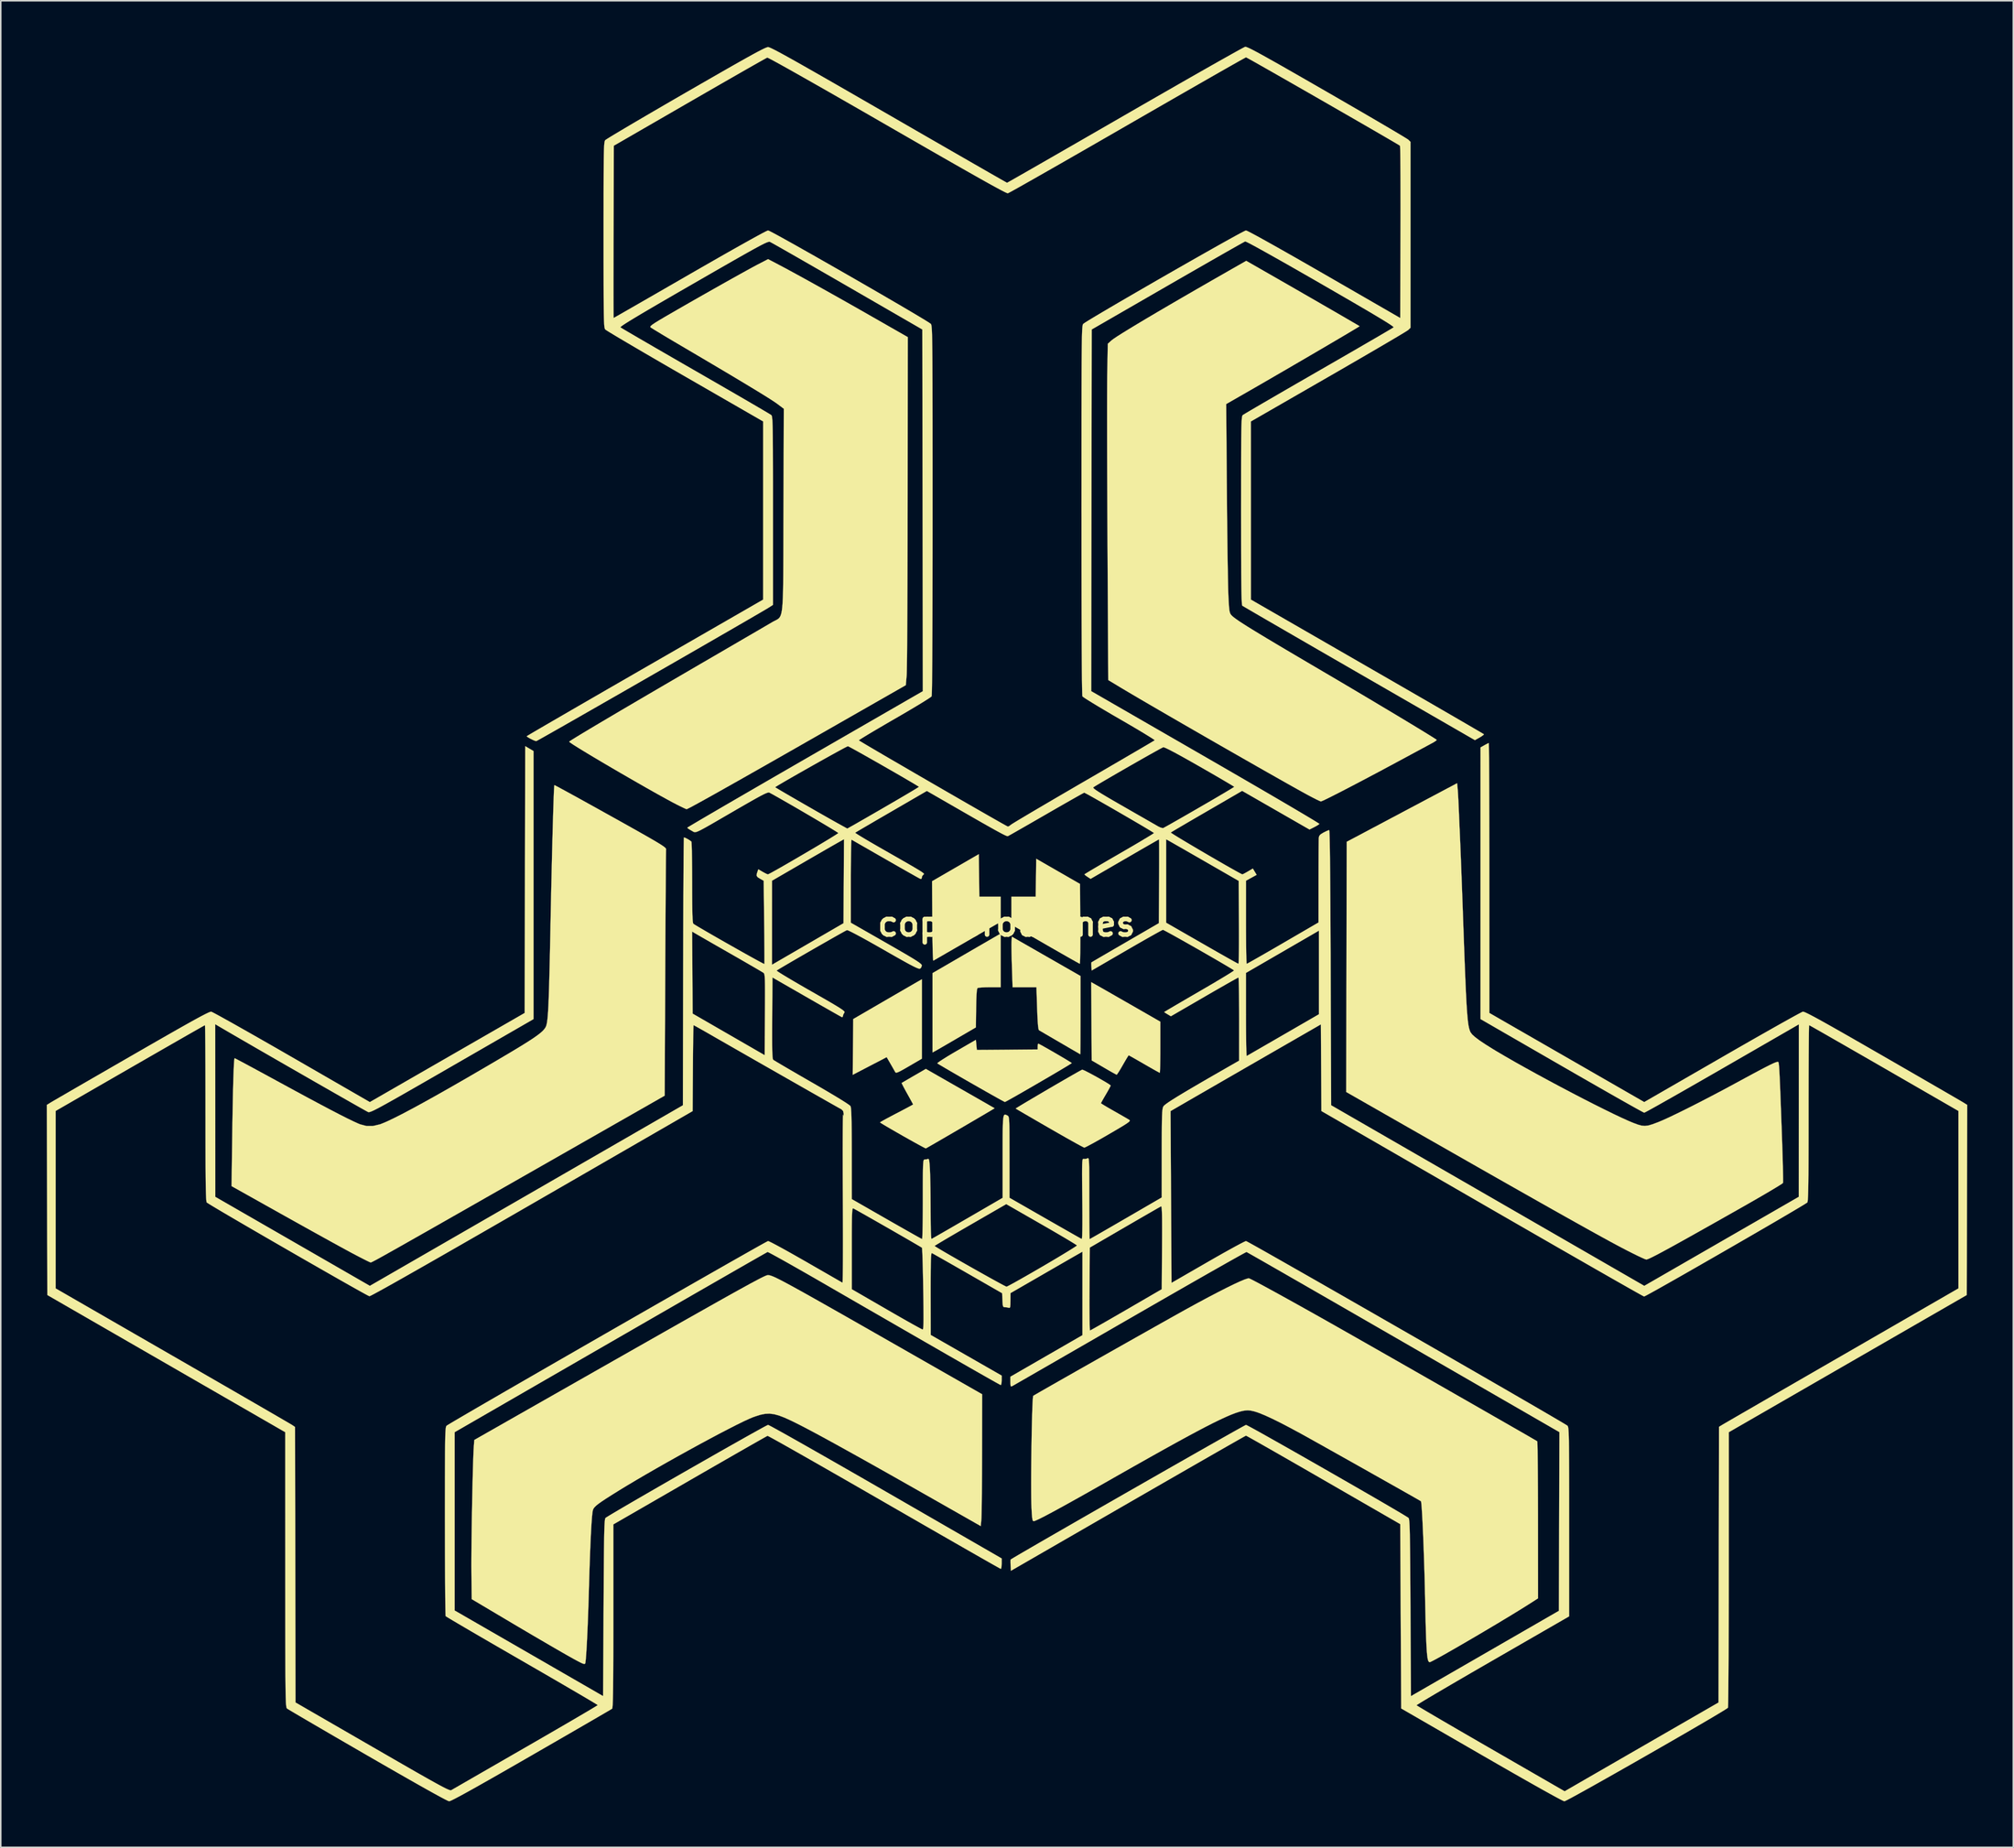
<source format=kicad_pcb>
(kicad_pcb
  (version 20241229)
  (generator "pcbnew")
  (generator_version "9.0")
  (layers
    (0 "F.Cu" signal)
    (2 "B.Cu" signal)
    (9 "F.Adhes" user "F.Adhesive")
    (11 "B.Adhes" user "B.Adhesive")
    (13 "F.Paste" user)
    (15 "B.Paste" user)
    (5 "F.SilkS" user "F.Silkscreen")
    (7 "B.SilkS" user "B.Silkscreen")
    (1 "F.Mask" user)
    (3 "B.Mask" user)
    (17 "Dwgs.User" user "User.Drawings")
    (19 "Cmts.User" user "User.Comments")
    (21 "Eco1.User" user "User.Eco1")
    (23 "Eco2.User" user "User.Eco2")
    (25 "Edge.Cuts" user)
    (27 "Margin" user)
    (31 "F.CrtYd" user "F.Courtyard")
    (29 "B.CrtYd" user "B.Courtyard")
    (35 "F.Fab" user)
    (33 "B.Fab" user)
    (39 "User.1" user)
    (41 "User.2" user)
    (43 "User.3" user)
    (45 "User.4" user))
  (footprint "copperoutlines"
    (layer "F.Cu")
    (at 62.617 57.27)
    (property "Reference" "copperoutlines" (at 0 0 0) (layer "F.SilkS") (effects (font (size 1.524 1.524) (thickness 0.3))))
    (attr through_hole)
    (fp_poly (pts (xy 3.365 -3.435) (xy 4.794 -2.613) (xy 4.811 -0.005) (xy 4.813 0.557) (xy 4.813 1.076) (xy 4.811 1.541) (xy 4.807 1.937) (xy 4.801 2.252) (xy 4.793 2.472) (xy 4.784 2.585) (xy 4.779 2.597) (xy 4.715 2.564) (xy 4.553 2.475) (xy 4.306 2.336) (xy 3.984 2.154) (xy 3.6 1.935) (xy 3.166 1.686) (xy 2.694 1.415) (xy 2.524 1.317) (xy 0.318 0.045) (xy 0.318 -1.778) (xy 1.902 -1.778) (xy 1.92 -3.017) (xy 1.937 -4.257) (xy 3.365 -3.435)) (stroke (width 0.01) (type solid)) (fill yes) (layer "F.SilkS"))
    (fp_poly (pts (xy -5.525 6.202) (xy -5.526 8.795) (xy -6.365 9.285) (xy -6.689 9.472) (xy -6.92 9.599) (xy -7.077 9.675) (xy -7.176 9.706) (xy -7.232 9.7) (xy -7.263 9.666) (xy -7.322 9.56) (xy -7.424 9.38) (xy -7.549 9.162) (xy -7.57 9.125) (xy -7.82 8.694) (xy -8.927 9.27) (xy -10.035 9.847) (xy -10.018 8.026) (xy -10.001 6.206) (xy -8.109 5.106) (xy -7.647 4.837) (xy -7.205 4.581) (xy -6.798 4.345) (xy -6.444 4.14) (xy -6.157 3.974) (xy -5.954 3.856) (xy -5.871 3.808) (xy -5.524 3.61) (xy -5.525 6.202)) (stroke (width 0.01) (type solid)) (fill yes) (layer "F.SilkS"))
    (fp_poly (pts (xy -1.793 -3.167) (xy -1.776 -1.778) (xy -0.381 -1.778) (xy -0.381 -0.146) (xy -2.556 1.112) (xy -3.035 1.389) (xy -3.48 1.646) (xy -3.879 1.876) (xy -4.219 2.073) (xy -4.489 2.229) (xy -4.677 2.337) (xy -4.771 2.391) (xy -4.778 2.395) (xy -4.79 2.34) (xy -4.801 2.172) (xy -4.812 1.905) (xy -4.821 1.554) (xy -4.829 1.133) (xy -4.836 0.655) (xy -4.84 0.194) (xy -4.843 -0.344) (xy -4.846 -0.857) (xy -4.849 -1.328) (xy -4.852 -1.739) (xy -4.854 -2.071) (xy -4.855 -2.308) (xy -4.856 -2.412) (xy -4.858 -2.791) (xy -3.334 -3.674) (xy -1.81 -4.556) (xy -1.793 -3.167)) (stroke (width 0.01) (type solid)) (fill yes) (layer "F.SilkS"))
    (fp_poly (pts (xy -0.381 4.128) (xy -1.095 4.128) (xy -1.389 4.133) (xy -1.639 4.145) (xy -1.816 4.162) (xy -1.888 4.179) (xy -1.918 4.24) (xy -1.941 4.386) (xy -1.959 4.629) (xy -1.973 4.977) (xy -1.982 5.441) (xy -1.983 5.489) (xy -2 6.75) (xy -3.239 7.473) (xy -3.607 7.688) (xy -3.947 7.886) (xy -4.242 8.057) (xy -4.471 8.189) (xy -4.618 8.273) (xy -4.651 8.291) (xy -4.826 8.385) (xy -4.826 3.206) (xy -2.752 2) (xy -2.279 1.725) (xy -1.837 1.468) (xy -1.437 1.237) (xy -1.094 1.038) (xy -0.82 0.879) (xy -0.629 0.769) (xy -0.533 0.714) (xy -0.529 0.712) (xy -0.381 0.631) (xy -0.381 4.128)) (stroke (width 0.01) (type solid)) (fill yes) (layer "F.SilkS"))
    (fp_poly (pts (xy 2.587 2.114) (xy 4.826 3.397) (xy 4.826 5.953) (xy 4.825 6.509) (xy 4.824 7.022) (xy 4.823 7.481) (xy 4.821 7.871) (xy 4.818 8.179) (xy 4.815 8.391) (xy 4.811 8.495) (xy 4.81 8.504) (xy 4.753 8.472) (xy 4.602 8.384) (xy 4.372 8.251) (xy 4.078 8.08) (xy 3.735 7.88) (xy 3.493 7.739) (xy 3.122 7.523) (xy 2.787 7.327) (xy 2.502 7.161) (xy 2.285 7.033) (xy 2.15 6.955) (xy 2.116 6.934) (xy 2.086 6.862) (xy 2.059 6.678) (xy 2.035 6.379) (xy 2.013 5.962) (xy 1.996 5.509) (xy 1.95 4.128) (xy 0.395 4.128) (xy 0.351 2.778) (xy 0.338 2.356) (xy 0.329 1.958) (xy 0.324 1.609) (xy 0.323 1.333) (xy 0.326 1.154) (xy 0.328 1.13) (xy 0.349 0.831) (xy 2.587 2.114)) (stroke (width 0.01) (type solid)) (fill yes) (layer "F.SilkS"))
    (fp_poly (pts (xy 5.824 3.967) (xy 5.95 4.038) (xy 6.17 4.163) (xy 6.471 4.335) (xy 6.836 4.544) (xy 7.252 4.783) (xy 7.702 5.041) (xy 8.079 5.257) (xy 10.033 6.38) (xy 10.033 8.048) (xy 10.032 8.493) (xy 10.028 8.893) (xy 10.023 9.232) (xy 10.015 9.494) (xy 10.007 9.66) (xy 9.998 9.716) (xy 9.934 9.685) (xy 9.779 9.601) (xy 9.551 9.473) (xy 9.267 9.311) (xy 8.978 9.144) (xy 8.661 8.961) (xy 8.384 8.802) (xy 8.164 8.677) (xy 8.02 8.598) (xy 7.969 8.572) (xy 7.93 8.624) (xy 7.843 8.765) (xy 7.72 8.973) (xy 7.585 9.207) (xy 7.44 9.458) (xy 7.315 9.661) (xy 7.225 9.796) (xy 7.185 9.84) (xy 7.118 9.809) (xy 6.963 9.724) (xy 6.739 9.598) (xy 6.468 9.441) (xy 6.35 9.372) (xy 5.556 8.907) (xy 5.54 6.353) (xy 5.523 3.798) (xy 5.824 3.967)) (stroke (width 0.01) (type solid)) (fill yes) (layer "F.SilkS"))
    (fp_poly (pts (xy -1.937 8.223) (xy -1.54 8.221) (xy -1.364 8.22) (xy -1.085 8.218) (xy -0.725 8.215) (xy -0.307 8.212) (xy 0.145 8.208) (xy 0.445 8.205) (xy 2.032 8.191) (xy 2.032 8.001) (xy 2.042 7.867) (xy 2.067 7.811) (xy 2.067 7.811) (xy 2.134 7.841) (xy 2.288 7.923) (xy 2.509 8.047) (xy 2.777 8.199) (xy 3.071 8.368) (xy 3.371 8.543) (xy 3.657 8.711) (xy 3.908 8.861) (xy 4.104 8.98) (xy 4.225 9.058) (xy 4.254 9.082) (xy 4.201 9.12) (xy 4.053 9.213) (xy 3.823 9.352) (xy 3.525 9.53) (xy 3.175 9.737) (xy 2.786 9.966) (xy 2.372 10.207) (xy 1.948 10.454) (xy 1.529 10.697) (xy 1.128 10.929) (xy 0.76 11.14) (xy 0.438 11.323) (xy 0.179 11.469) (xy -0.006 11.57) (xy -0.1 11.617) (xy -0.108 11.62) (xy -0.173 11.589) (xy -0.335 11.502) (xy -0.583 11.365) (xy -0.905 11.184) (xy -1.288 10.968) (xy -1.721 10.722) (xy -2.19 10.454) (xy -2.312 10.384) (xy -2.79 10.11) (xy -3.233 9.854) (xy -3.63 9.624) (xy -3.968 9.427) (xy -4.235 9.269) (xy -4.42 9.159) (xy -4.509 9.103) (xy -4.515 9.099) (xy -4.476 9.054) (xy -4.342 8.957) (xy -4.126 8.816) (xy -3.844 8.64) (xy -3.509 8.439) (xy -3.282 8.307) (xy -2 7.564) (xy -1.937 8.223)) (stroke (width 0.01) (type solid)) (fill yes) (layer "F.SilkS"))
    (fp_poly (pts (xy -3.029 10.741) (xy -2.544 11.018) (xy -2.095 11.275) (xy -1.693 11.506) (xy -1.349 11.702) (xy -1.077 11.859) (xy -0.886 11.968) (xy -0.79 12.024) (xy -0.78 12.029) (xy -0.83 12.062) (xy -0.976 12.15) (xy -1.204 12.285) (xy -1.5 12.46) (xy -1.85 12.665) (xy -2.239 12.894) (xy -2.655 13.137) (xy -3.083 13.388) (xy -3.509 13.636) (xy -3.919 13.875) (xy -4.299 14.096) (xy -4.635 14.291) (xy -4.913 14.451) (xy -5.12 14.57) (xy -5.241 14.638) (xy -5.266 14.65) (xy -5.328 14.624) (xy -5.486 14.542) (xy -5.725 14.413) (xy -6.03 14.245) (xy -6.386 14.046) (xy -6.777 13.825) (xy -7.168 13.601) (xy -7.52 13.398) (xy -7.819 13.223) (xy -8.05 13.085) (xy -8.2 12.992) (xy -8.253 12.954) (xy -8.2 12.916) (xy -8.051 12.83) (xy -7.824 12.705) (xy -7.536 12.551) (xy -7.203 12.376) (xy -7.175 12.362) (xy -6.84 12.187) (xy -6.548 12.032) (xy -6.314 11.907) (xy -6.158 11.821) (xy -6.096 11.783) (xy -6.096 11.782) (xy -6.125 11.723) (xy -6.205 11.574) (xy -6.322 11.359) (xy -6.467 11.099) (xy -6.478 11.079) (xy -6.622 10.817) (xy -6.739 10.599) (xy -6.816 10.447) (xy -6.843 10.382) (xy -6.843 10.381) (xy -6.785 10.346) (xy -6.637 10.259) (xy -6.42 10.132) (xy -6.152 9.976) (xy -6.046 9.914) (xy -5.265 9.462) (xy -3.029 10.741)) (stroke (width 0.01) (type solid)) (fill yes) (layer "F.SilkS"))
    (fp_poly (pts (xy 5.012 9.535) (xy 5.171 9.609) (xy 5.392 9.723) (xy 5.654 9.863) (xy 5.932 10.017) (xy 6.205 10.172) (xy 6.45 10.315) (xy 6.645 10.434) (xy 6.766 10.517) (xy 6.795 10.546) (xy 6.764 10.618) (xy 6.683 10.772) (xy 6.564 10.983) (xy 6.477 11.132) (xy 6.342 11.364) (xy 6.236 11.552) (xy 6.172 11.673) (xy 6.16 11.702) (xy 6.212 11.742) (xy 6.356 11.833) (xy 6.574 11.963) (xy 6.847 12.121) (xy 7.033 12.227) (xy 7.341 12.402) (xy 7.616 12.56) (xy 7.837 12.688) (xy 7.982 12.774) (xy 8.02 12.798) (xy 8.044 12.828) (xy 8.03 12.869) (xy 7.968 12.931) (xy 7.848 13.019) (xy 7.659 13.141) (xy 7.389 13.305) (xy 7.028 13.518) (xy 6.647 13.74) (xy 6.251 13.969) (xy 5.888 14.174) (xy 5.574 14.348) (xy 5.323 14.482) (xy 5.151 14.569) (xy 5.073 14.6) (xy 5.072 14.6) (xy 5 14.567) (xy 4.83 14.478) (xy 4.574 14.339) (xy 4.246 14.156) (xy 3.857 13.937) (xy 3.42 13.688) (xy 2.947 13.417) (xy 2.804 13.334) (xy 2.325 13.058) (xy 1.882 12.801) (xy 1.485 12.57) (xy 1.147 12.374) (xy 0.88 12.218) (xy 0.696 12.109) (xy 0.606 12.055) (xy 0.599 12.05) (xy 0.647 12.015) (xy 0.791 11.925) (xy 1.016 11.788) (xy 1.309 11.613) (xy 1.656 11.407) (xy 2.041 11.18) (xy 2.451 10.938) (xy 2.872 10.692) (xy 3.29 10.448) (xy 3.69 10.216) (xy 4.058 10.004) (xy 4.38 9.819) (xy 4.642 9.67) (xy 4.83 9.566) (xy 4.929 9.515) (xy 4.938 9.512) (xy 5.012 9.535)) (stroke (width 0.01) (type solid)) (fill yes) (layer "F.SilkS"))
    (fp_poly (pts (xy -14.907 -43.061) (xy -14.488 -42.839) (xy -13.973 -42.56) (xy -13.375 -42.233) (xy -12.708 -41.864) (xy -11.987 -41.462) (xy -11.223 -41.034) (xy -10.432 -40.588) (xy -9.626 -40.131) (xy -8.819 -39.67) (xy -8.763 -39.638) (xy -6.445 -38.312) (xy -6.453 -27.585) (xy -6.455 -26.417) (xy -6.456 -25.277) (xy -6.459 -24.172) (xy -6.462 -23.11) (xy -6.465 -22.096) (xy -6.469 -21.139) (xy -6.473 -20.245) (xy -6.478 -19.422) (xy -6.483 -18.676) (xy -6.488 -18.015) (xy -6.493 -17.446) (xy -6.499 -16.975) (xy -6.505 -16.61) (xy -6.511 -16.358) (xy -6.517 -16.225) (xy -6.517 -16.225) (xy -6.572 -15.591) (xy -12.072 -12.447) (xy -13.365 -11.708) (xy -14.559 -11.027) (xy -15.652 -10.404) (xy -16.644 -9.841) (xy -17.535 -9.336) (xy -18.322 -8.892) (xy -19.005 -8.507) (xy -19.584 -8.184) (xy -20.057 -7.922) (xy -20.423 -7.722) (xy -20.682 -7.584) (xy -20.833 -7.51) (xy -20.874 -7.495) (xy -20.948 -7.523) (xy -21.108 -7.597) (xy -21.329 -7.704) (xy -21.495 -7.787) (xy -21.787 -7.94) (xy -22.149 -8.136) (xy -22.571 -8.368) (xy -23.04 -8.631) (xy -23.547 -8.918) (xy -24.08 -9.223) (xy -24.628 -9.538) (xy -25.181 -9.858) (xy -25.726 -10.176) (xy -26.254 -10.486) (xy -26.753 -10.782) (xy -27.212 -11.056) (xy -27.62 -11.303) (xy -27.966 -11.516) (xy -28.24 -11.688) (xy -28.429 -11.814) (xy -28.524 -11.887) (xy -28.533 -11.9) (xy -28.476 -11.945) (xy -28.311 -12.053) (xy -28.039 -12.221) (xy -27.664 -12.449) (xy -27.187 -12.736) (xy -26.61 -13.079) (xy -25.935 -13.479) (xy -25.165 -13.934) (xy -24.3 -14.442) (xy -23.345 -15.002) (xy -22.299 -15.614) (xy -21.166 -16.275) (xy -19.948 -16.986) (xy -19.431 -17.286) (xy -18.789 -17.66) (xy -18.168 -18.022) (xy -17.581 -18.364) (xy -17.036 -18.682) (xy -16.544 -18.968) (xy -16.116 -19.218) (xy -15.762 -19.425) (xy -15.493 -19.582) (xy -15.318 -19.684) (xy -15.275 -19.71) (xy -15.164 -19.771) (xy -15.066 -19.82) (xy -14.979 -19.865) (xy -14.903 -19.914) (xy -14.837 -19.973) (xy -14.78 -20.05) (xy -14.732 -20.152) (xy -14.692 -20.287) (xy -14.658 -20.461) (xy -14.631 -20.682) (xy -14.61 -20.958) (xy -14.593 -21.295) (xy -14.581 -21.702) (xy -14.572 -22.184) (xy -14.566 -22.751) (xy -14.562 -23.408) (xy -14.559 -24.163) (xy -14.557 -25.024) (xy -14.555 -25.997) (xy -14.552 -27.026) (xy -14.53 -33.636) (xy -14.964 -33.962) (xy -15.143 -34.087) (xy -15.419 -34.267) (xy -15.794 -34.503) (xy -16.268 -34.795) (xy -16.845 -35.145) (xy -17.524 -35.554) (xy -18.308 -36.022) (xy -19.198 -36.55) (xy -20.196 -37.14) (xy -21.177 -37.718) (xy -21.634 -37.987) (xy -22.058 -38.239) (xy -22.436 -38.465) (xy -22.755 -38.658) (xy -23.003 -38.809) (xy -23.166 -38.912) (xy -23.231 -38.956) (xy -23.241 -38.992) (xy -23.202 -39.048) (xy -23.104 -39.129) (xy -22.933 -39.244) (xy -22.681 -39.4) (xy -22.336 -39.605) (xy -22.056 -39.768) (xy -21.509 -40.084) (xy -20.924 -40.421) (xy -20.315 -40.769) (xy -19.697 -41.121) (xy -19.083 -41.469) (xy -18.488 -41.805) (xy -17.927 -42.12) (xy -17.414 -42.406) (xy -16.963 -42.656) (xy -16.589 -42.861) (xy -16.306 -43.013) (xy -16.24 -43.048) (xy -15.557 -43.402) (xy -14.907 -43.061)) (stroke (width 0.01) (type solid)) (fill yes) (layer "F.SilkS"))
    (fp_poly (pts (xy -15.512 22.927) (xy -15.447 22.939) (xy -15.366 22.963) (xy -15.263 23.001) (xy -15.134 23.056) (xy -14.974 23.132) (xy -14.776 23.231) (xy -14.537 23.355) (xy -14.25 23.509) (xy -13.91 23.694) (xy -13.513 23.913) (xy -13.052 24.17) (xy -12.523 24.467) (xy -11.921 24.807) (xy -11.241 25.193) (xy -10.476 25.627) (xy -9.622 26.114) (xy -8.674 26.655) (xy -7.627 27.253) (xy -6.474 27.911) (xy -6.424 27.94) (xy -1.591 30.702) (xy -1.597 34.576) (xy -1.599 35.28) (xy -1.602 35.956) (xy -1.606 36.593) (xy -1.611 37.178) (xy -1.616 37.698) (xy -1.622 38.141) (xy -1.629 38.494) (xy -1.636 38.745) (xy -1.643 38.878) (xy -1.683 39.306) (xy -4.763 37.553) (xy -6.105 36.79) (xy -7.34 36.09) (xy -8.469 35.454) (xy -9.495 34.878) (xy -10.419 34.364) (xy -11.242 33.908) (xy -11.968 33.511) (xy -12.597 33.172) (xy -13.132 32.889) (xy -13.494 32.702) (xy -14.027 32.436) (xy -14.471 32.233) (xy -14.846 32.089) (xy -15.172 32.001) (xy -15.469 31.966) (xy -15.757 31.98) (xy -16.055 32.04) (xy -16.384 32.143) (xy -16.544 32.2) (xy -16.81 32.311) (xy -17.173 32.48) (xy -17.621 32.701) (xy -18.143 32.967) (xy -18.727 33.271) (xy -19.359 33.607) (xy -20.03 33.969) (xy -20.726 34.35) (xy -21.435 34.743) (xy -22.147 35.142) (xy -22.848 35.541) (xy -23.526 35.932) (xy -24.171 36.31) (xy -24.77 36.667) (xy -25.273 36.974) (xy -25.749 37.271) (xy -26.126 37.511) (xy -26.418 37.705) (xy -26.635 37.86) (xy -26.789 37.985) (xy -26.891 38.09) (xy -26.954 38.182) (xy -26.983 38.25) (xy -27.013 38.403) (xy -27.043 38.678) (xy -27.073 39.072) (xy -27.104 39.579) (xy -27.134 40.195) (xy -27.165 40.917) (xy -27.195 41.739) (xy -27.224 42.657) (xy -27.242 43.275) (xy -27.265 44.068) (xy -27.29 44.823) (xy -27.316 45.53) (xy -27.343 46.179) (xy -27.37 46.759) (xy -27.397 47.262) (xy -27.424 47.675) (xy -27.448 47.99) (xy -27.471 48.195) (xy -27.487 48.272) (xy -27.511 48.302) (xy -27.562 48.307) (xy -27.651 48.281) (xy -27.791 48.218) (xy -27.995 48.113) (xy -28.275 47.96) (xy -28.644 47.752) (xy -28.958 47.573) (xy -29.348 47.348) (xy -29.824 47.072) (xy -30.363 46.757) (xy -30.941 46.419) (xy -31.535 46.069) (xy -32.121 45.723) (xy -32.639 45.415) (xy -34.893 44.075) (xy -34.912 42.31) (xy -34.914 41.919) (xy -34.913 41.441) (xy -34.909 40.889) (xy -34.903 40.279) (xy -34.895 39.627) (xy -34.885 38.947) (xy -34.873 38.255) (xy -34.86 37.566) (xy -34.846 36.896) (xy -34.831 36.259) (xy -34.816 35.672) (xy -34.8 35.149) (xy -34.785 34.705) (xy -34.77 34.356) (xy -34.756 34.117) (xy -34.755 34.098) (xy -34.722 33.684) (xy -31.22 31.69) (xy -29.667 30.806) (xy -28.221 29.983) (xy -26.878 29.218) (xy -25.633 28.51) (xy -24.484 27.857) (xy -23.426 27.256) (xy -22.455 26.704) (xy -21.568 26.201) (xy -20.761 25.744) (xy -20.03 25.331) (xy -19.371 24.959) (xy -18.78 24.626) (xy -18.255 24.331) (xy -17.79 24.071) (xy -17.381 23.845) (xy -17.026 23.649) (xy -16.721 23.482) (xy -16.461 23.342) (xy -16.243 23.226) (xy -16.062 23.132) (xy -15.916 23.059) (xy -15.8 23.004) (xy -15.711 22.965) (xy -15.644 22.94) (xy -15.597 22.927) (xy -15.566 22.924) (xy -15.512 22.927)) (stroke (width 0.01) (type solid)) (fill yes) (layer "F.SilkS"))
    (fp_poly (pts (xy 17.963 -41.958) (xy 18.415 -41.699) (xy 18.9 -41.42) (xy 19.407 -41.127) (xy 19.925 -40.829) (xy 20.44 -40.532) (xy 20.94 -40.242) (xy 21.415 -39.968) (xy 21.851 -39.715) (xy 22.236 -39.491) (xy 22.559 -39.303) (xy 22.808 -39.158) (xy 22.97 -39.063) (xy 23.032 -39.024) (xy 22.983 -38.991) (xy 22.834 -38.899) (xy 22.595 -38.756) (xy 22.277 -38.566) (xy 21.889 -38.336) (xy 21.442 -38.073) (xy 20.945 -37.78) (xy 20.409 -37.466) (xy 19.844 -37.135) (xy 19.259 -36.793) (xy 18.666 -36.447) (xy 18.074 -36.102) (xy 17.492 -35.764) (xy 16.932 -35.439) (xy 16.403 -35.133) (xy 15.915 -34.852) (xy 15.595 -34.668) (xy 14.33 -33.942) (xy 14.375 -28.195) (xy 14.382 -27.323) (xy 14.39 -26.467) (xy 14.399 -25.639) (xy 14.409 -24.849) (xy 14.418 -24.109) (xy 14.429 -23.43) (xy 14.439 -22.824) (xy 14.449 -22.302) (xy 14.458 -21.875) (xy 14.468 -21.554) (xy 14.475 -21.378) (xy 14.496 -20.983) (xy 14.516 -20.694) (xy 14.537 -20.49) (xy 14.564 -20.352) (xy 14.599 -20.257) (xy 14.646 -20.186) (xy 14.679 -20.15) (xy 14.752 -20.079) (xy 14.857 -19.993) (xy 15 -19.888) (xy 15.185 -19.76) (xy 15.42 -19.606) (xy 15.711 -19.421) (xy 16.063 -19.203) (xy 16.483 -18.947) (xy 16.976 -18.649) (xy 17.55 -18.306) (xy 18.209 -17.914) (xy 18.961 -17.47) (xy 19.811 -16.969) (xy 20.701 -16.445) (xy 21.419 -16.023) (xy 22.14 -15.597) (xy 22.857 -15.172) (xy 23.56 -14.754) (xy 24.242 -14.347) (xy 24.894 -13.957) (xy 25.509 -13.589) (xy 26.077 -13.247) (xy 26.59 -12.937) (xy 27.04 -12.663) (xy 27.419 -12.43) (xy 27.719 -12.244) (xy 27.931 -12.11) (xy 28.047 -12.032) (xy 28.066 -12.014) (xy 28.015 -11.962) (xy 27.883 -11.875) (xy 27.765 -11.808) (xy 27.634 -11.738) (xy 27.409 -11.616) (xy 27.104 -11.452) (xy 26.737 -11.254) (xy 26.324 -11.031) (xy 25.881 -10.792) (xy 25.686 -10.687) (xy 24.968 -10.301) (xy 24.274 -9.929) (xy 23.611 -9.577) (xy 22.989 -9.249) (xy 22.416 -8.949) (xy 21.902 -8.682) (xy 21.455 -8.453) (xy 21.083 -8.265) (xy 20.796 -8.125) (xy 20.603 -8.035) (xy 20.512 -8.001) (xy 20.509 -8.001) (xy 20.425 -8.031) (xy 20.249 -8.113) (xy 20.002 -8.238) (xy 19.703 -8.395) (xy 19.398 -8.562) (xy 18.951 -8.81) (xy 18.412 -9.112) (xy 17.795 -9.461) (xy 17.112 -9.848) (xy 16.374 -10.268) (xy 15.595 -10.713) (xy 14.785 -11.176) (xy 13.958 -11.65) (xy 13.126 -12.128) (xy 12.3 -12.604) (xy 11.494 -13.069) (xy 10.718 -13.518) (xy 9.986 -13.943) (xy 9.31 -14.336) (xy 8.701 -14.692) (xy 8.173 -15.003) (xy 7.736 -15.262) (xy 7.556 -15.369) (xy 6.636 -15.923) (xy 6.587 -24.996) (xy 6.581 -26.097) (xy 6.576 -27.188) (xy 6.572 -28.258) (xy 6.568 -29.3) (xy 6.565 -30.302) (xy 6.563 -31.257) (xy 6.562 -32.154) (xy 6.561 -32.986) (xy 6.561 -33.741) (xy 6.562 -34.412) (xy 6.564 -34.989) (xy 6.566 -35.462) (xy 6.569 -35.823) (xy 6.572 -35.973) (xy 6.606 -37.878) (xy 6.851 -38.1) (xy 6.984 -38.2) (xy 7.222 -38.36) (xy 7.563 -38.576) (xy 8.001 -38.846) (xy 8.532 -39.168) (xy 9.151 -39.538) (xy 9.855 -39.954) (xy 10.639 -40.413) (xy 11.497 -40.913) (xy 12.427 -41.451) (xy 13.422 -42.024) (xy 14.48 -42.63) (xy 14.693 -42.752) (xy 15.638 -43.291) (xy 17.963 -41.958)) (stroke (width 0.01) (type solid)) (fill yes) (layer "F.SilkS"))
    (fp_poly (pts (xy 29.427 -8.865) (xy 29.442 -8.674) (xy 29.46 -8.394) (xy 29.478 -8.062) (xy 29.494 -7.716) (xy 29.494 -7.715) (xy 29.508 -7.393) (xy 29.526 -6.979) (xy 29.546 -6.507) (xy 29.568 -6.012) (xy 29.589 -5.529) (xy 29.592 -5.461) (xy 29.605 -5.15) (xy 29.622 -4.728) (xy 29.643 -4.207) (xy 29.666 -3.605) (xy 29.691 -2.935) (xy 29.718 -2.212) (xy 29.746 -1.45) (xy 29.774 -0.666) (xy 29.802 0.127) (xy 29.815 0.476) (xy 29.852 1.513) (xy 29.886 2.431) (xy 29.918 3.238) (xy 29.947 3.942) (xy 29.975 4.55) (xy 30.002 5.07) (xy 30.028 5.51) (xy 30.055 5.879) (xy 30.082 6.183) (xy 30.11 6.432) (xy 30.14 6.631) (xy 30.173 6.791) (xy 30.208 6.917) (xy 30.247 7.019) (xy 30.269 7.067) (xy 30.374 7.208) (xy 30.566 7.384) (xy 30.851 7.599) (xy 31.236 7.857) (xy 31.726 8.164) (xy 31.952 8.301) (xy 32.531 8.642) (xy 33.174 9.012) (xy 33.868 9.401) (xy 34.598 9.804) (xy 35.352 10.214) (xy 36.115 10.622) (xy 36.875 11.023) (xy 37.617 11.409) (xy 38.328 11.772) (xy 38.995 12.106) (xy 39.603 12.404) (xy 40.14 12.658) (xy 40.591 12.862) (xy 40.887 12.985) (xy 41.183 13.096) (xy 41.423 13.163) (xy 41.638 13.183) (xy 41.863 13.156) (xy 42.128 13.08) (xy 42.468 12.954) (xy 42.577 12.911) (xy 42.876 12.783) (xy 43.272 12.601) (xy 43.75 12.372) (xy 44.295 12.103) (xy 44.894 11.801) (xy 45.531 11.474) (xy 46.192 11.129) (xy 46.862 10.774) (xy 47.528 10.415) (xy 47.593 10.38) (xy 48.226 10.036) (xy 48.756 9.75) (xy 49.193 9.517) (xy 49.545 9.333) (xy 49.82 9.194) (xy 50.028 9.096) (xy 50.178 9.034) (xy 50.276 9.004) (xy 50.334 9.002) (xy 50.355 9.016) (xy 50.368 9.05) (xy 50.38 9.114) (xy 50.392 9.218) (xy 50.404 9.369) (xy 50.418 9.576) (xy 50.432 9.847) (xy 50.448 10.191) (xy 50.466 10.615) (xy 50.487 11.129) (xy 50.51 11.74) (xy 50.536 12.457) (xy 50.567 13.288) (xy 50.584 13.788) (xy 50.605 14.398) (xy 50.624 14.97) (xy 50.639 15.493) (xy 50.65 15.952) (xy 50.658 16.336) (xy 50.662 16.631) (xy 50.662 16.825) (xy 50.657 16.905) (xy 50.596 16.954) (xy 50.435 17.058) (xy 50.185 17.212) (xy 49.856 17.409) (xy 49.459 17.643) (xy 49.005 17.907) (xy 48.504 18.195) (xy 47.968 18.501) (xy 47.869 18.557) (xy 46.89 19.111) (xy 46.016 19.605) (xy 45.241 20.041) (xy 44.56 20.423) (xy 43.967 20.754) (xy 43.458 21.036) (xy 43.026 21.273) (xy 42.666 21.467) (xy 42.374 21.621) (xy 42.142 21.739) (xy 41.967 21.824) (xy 41.842 21.877) (xy 41.763 21.903) (xy 41.736 21.906) (xy 41.649 21.878) (xy 41.467 21.798) (xy 41.209 21.678) (xy 40.894 21.523) (xy 40.539 21.345) (xy 40.418 21.282) (xy 40.126 21.13) (xy 39.783 20.947) (xy 39.385 20.733) (xy 38.931 20.484) (xy 38.414 20.199) (xy 37.833 19.876) (xy 37.183 19.513) (xy 36.462 19.109) (xy 35.664 18.66) (xy 34.788 18.165) (xy 33.829 17.622) (xy 32.784 17.029) (xy 31.649 16.384) (xy 30.421 15.685) (xy 29.097 14.929) (xy 27.671 14.116) (xy 26.142 13.243) (xy 24.971 12.574) (xy 22.161 10.968) (xy 22.177 2.801) (xy 22.193 -5.365) (xy 25.793 -7.277) (xy 29.394 -9.189) (xy 29.427 -8.865)) (stroke (width 0.01) (type solid)) (fill yes) (layer "F.SilkS"))
    (fp_poly (pts (xy -29.442 -9.04) (xy -29.283 -8.956) (xy -29.032 -8.82) (xy -28.697 -8.638) (xy -28.289 -8.414) (xy -27.815 -8.153) (xy -27.287 -7.86) (xy -26.712 -7.541) (xy -26.1 -7.2) (xy -25.836 -7.053) (xy -25.106 -6.646) (xy -24.48 -6.295) (xy -23.95 -5.996) (xy -23.507 -5.745) (xy -23.145 -5.537) (xy -22.855 -5.367) (xy -22.631 -5.231) (xy -22.463 -5.123) (xy -22.346 -5.041) (xy -22.27 -4.978) (xy -22.228 -4.93) (xy -22.212 -4.892) (xy -22.212 -4.875) (xy -22.215 -4.795) (xy -22.218 -4.595) (xy -22.222 -4.284) (xy -22.226 -3.869) (xy -22.23 -3.358) (xy -22.234 -2.759) (xy -22.239 -2.08) (xy -22.243 -1.328) (xy -22.248 -0.511) (xy -22.253 0.363) (xy -22.258 1.286) (xy -22.263 2.25) (xy -22.267 3.239) (xy -22.303 11.208) (xy -30.281 15.762) (xy -31.59 16.509) (xy -32.793 17.196) (xy -33.896 17.824) (xy -34.901 18.398) (xy -35.813 18.918) (xy -36.638 19.388) (xy -37.379 19.81) (xy -38.041 20.186) (xy -38.628 20.52) (xy -39.145 20.813) (xy -39.596 21.069) (xy -39.986 21.289) (xy -40.319 21.476) (xy -40.599 21.633) (xy -40.831 21.762) (xy -41.02 21.866) (xy -41.169 21.947) (xy -41.284 22.007) (xy -41.368 22.05) (xy -41.427 22.078) (xy -41.464 22.093) (xy -41.485 22.097) (xy -41.486 22.097) (xy -41.561 22.068) (xy -41.731 21.987) (xy -41.979 21.862) (xy -42.288 21.703) (xy -42.641 21.517) (xy -42.832 21.415) (xy -43.132 21.252) (xy -43.527 21.036) (xy -44.002 20.775) (xy -44.541 20.477) (xy -45.129 20.151) (xy -45.75 19.806) (xy -46.388 19.45) (xy -47.029 19.092) (xy -47.331 18.923) (xy -50.559 17.113) (xy -50.52 14.161) (xy -50.506 13.13) (xy -50.49 12.2) (xy -50.474 11.376) (xy -50.458 10.658) (xy -50.441 10.051) (xy -50.423 9.557) (xy -50.406 9.179) (xy -50.388 8.921) (xy -50.37 8.785) (xy -50.359 8.763) (xy -50.297 8.793) (xy -50.134 8.878) (xy -49.881 9.012) (xy -49.548 9.191) (xy -49.145 9.408) (xy -48.684 9.658) (xy -48.174 9.935) (xy -47.626 10.234) (xy -47.4 10.357) (xy -46.413 10.894) (xy -45.534 11.37) (xy -44.758 11.785) (xy -44.084 12.141) (xy -43.507 12.441) (xy -43.024 12.685) (xy -42.634 12.875) (xy -42.332 13.013) (xy -42.178 13.077) (xy -41.759 13.188) (xy -41.333 13.188) (xy -40.876 13.079) (xy -40.784 13.046) (xy -40.446 12.905) (xy -40.003 12.695) (xy -39.456 12.419) (xy -38.808 12.077) (xy -38.059 11.669) (xy -37.213 11.198) (xy -36.27 10.663) (xy -35.231 10.066) (xy -34.1 9.407) (xy -33.274 8.922) (xy -32.602 8.524) (xy -32.031 8.183) (xy -31.554 7.892) (xy -31.16 7.644) (xy -30.843 7.435) (xy -30.591 7.257) (xy -30.398 7.106) (xy -30.253 6.974) (xy -30.149 6.856) (xy -30.075 6.746) (xy -30.063 6.722) (xy -30.031 6.646) (xy -30.002 6.541) (xy -29.976 6.401) (xy -29.952 6.217) (xy -29.929 5.982) (xy -29.909 5.689) (xy -29.889 5.331) (xy -29.871 4.899) (xy -29.853 4.386) (xy -29.835 3.786) (xy -29.817 3.09) (xy -29.798 2.29) (xy -29.778 1.381) (xy -29.757 0.353) (xy -29.753 0.127) (xy -29.732 -0.907) (xy -29.711 -1.912) (xy -29.689 -2.883) (xy -29.668 -3.811) (xy -29.647 -4.688) (xy -29.626 -5.508) (xy -29.606 -6.261) (xy -29.586 -6.942) (xy -29.568 -7.542) (xy -29.551 -8.054) (xy -29.536 -8.469) (xy -29.522 -8.781) (xy -29.51 -8.982) (xy -29.5 -9.065) (xy -29.499 -9.066) (xy -29.442 -9.04)) (stroke (width 0.01) (type solid)) (fill yes) (layer "F.SilkS"))
    (fp_poly (pts (xy 15.913 23.175) (xy 16.11 23.275) (xy 16.401 23.428) (xy 16.778 23.631) (xy 17.233 23.879) (xy 17.758 24.167) (xy 18.344 24.491) (xy 18.984 24.847) (xy 19.669 25.23) (xy 20.392 25.636) (xy 21.143 26.06) (xy 21.177 26.079) (xy 21.567 26.3) (xy 22.029 26.563) (xy 22.558 26.863) (xy 23.144 27.197) (xy 23.78 27.559) (xy 24.457 27.945) (xy 25.168 28.351) (xy 25.904 28.771) (xy 26.658 29.202) (xy 27.421 29.638) (xy 28.186 30.075) (xy 28.944 30.509) (xy 29.688 30.935) (xy 30.409 31.348) (xy 31.1 31.744) (xy 31.752 32.118) (xy 32.358 32.465) (xy 32.909 32.782) (xy 33.398 33.062) (xy 33.816 33.303) (xy 34.155 33.499) (xy 34.408 33.646) (xy 34.567 33.738) (xy 34.622 33.772) (xy 34.63 33.841) (xy 34.637 34.028) (xy 34.643 34.322) (xy 34.649 34.715) (xy 34.655 35.196) (xy 34.66 35.756) (xy 34.664 36.386) (xy 34.668 37.075) (xy 34.67 37.815) (xy 34.672 38.595) (xy 34.672 38.92) (xy 34.675 44.023) (xy 34.181 44.341) (xy 33.827 44.565) (xy 33.412 44.823) (xy 32.948 45.107) (xy 32.446 45.411) (xy 31.917 45.729) (xy 31.373 46.053) (xy 30.824 46.378) (xy 30.284 46.695) (xy 29.762 46.999) (xy 29.27 47.284) (xy 28.821 47.541) (xy 28.424 47.766) (xy 28.091 47.95) (xy 27.834 48.088) (xy 27.665 48.172) (xy 27.597 48.197) (xy 27.54 48.152) (xy 27.526 48.131) (xy 27.494 48.051) (xy 27.465 47.915) (xy 27.44 47.716) (xy 27.416 47.444) (xy 27.395 47.092) (xy 27.375 46.652) (xy 27.357 46.116) (xy 27.339 45.476) (xy 27.321 44.724) (xy 27.306 44.005) (xy 27.292 43.346) (xy 27.275 42.671) (xy 27.255 41.992) (xy 27.233 41.322) (xy 27.21 40.673) (xy 27.186 40.057) (xy 27.161 39.486) (xy 27.137 38.972) (xy 27.113 38.528) (xy 27.09 38.165) (xy 27.069 37.895) (xy 27.05 37.732) (xy 27.038 37.686) (xy 26.977 37.649) (xy 26.817 37.557) (xy 26.568 37.414) (xy 26.24 37.228) (xy 25.845 37.004) (xy 25.393 36.748) (xy 24.895 36.467) (xy 24.361 36.166) (xy 23.804 35.851) (xy 23.233 35.529) (xy 22.659 35.206) (xy 22.092 34.887) (xy 21.545 34.58) (xy 21.027 34.289) (xy 20.55 34.021) (xy 20.124 33.783) (xy 19.76 33.579) (xy 19.468 33.417) (xy 19.26 33.302) (xy 19.241 33.291) (xy 18.51 32.896) (xy 17.878 32.566) (xy 17.337 32.298) (xy 16.879 32.087) (xy 16.496 31.93) (xy 16.18 31.824) (xy 15.923 31.766) (xy 15.742 31.75) (xy 15.579 31.76) (xy 15.392 31.791) (xy 15.176 31.847) (xy 14.925 31.929) (xy 14.633 32.042) (xy 14.296 32.187) (xy 13.906 32.368) (xy 13.46 32.586) (xy 12.951 32.846) (xy 12.374 33.15) (xy 11.724 33.5) (xy 10.994 33.9) (xy 10.18 34.351) (xy 9.276 34.858) (xy 8.276 35.422) (xy 7.175 36.047) (xy 6.604 36.373) (xy 5.632 36.925) (xy 4.768 37.412) (xy 4.013 37.833) (xy 3.367 38.189) (xy 2.83 38.48) (xy 2.401 38.705) (xy 2.08 38.865) (xy 1.868 38.96) (xy 1.766 38.989) (xy 1.726 38.968) (xy 1.695 38.895) (xy 1.671 38.75) (xy 1.651 38.516) (xy 1.632 38.176) (xy 1.629 38.116) (xy 1.619 37.831) (xy 1.612 37.46) (xy 1.609 37.016) (xy 1.608 36.514) (xy 1.609 35.965) (xy 1.613 35.385) (xy 1.619 34.787) (xy 1.627 34.185) (xy 1.636 33.591) (xy 1.647 33.02) (xy 1.659 32.486) (xy 1.672 32.002) (xy 1.686 31.581) (xy 1.701 31.238) (xy 1.716 30.986) (xy 1.731 30.838) (xy 1.741 30.805) (xy 1.81 30.763) (xy 1.98 30.664) (xy 2.241 30.513) (xy 2.585 30.316) (xy 3.001 30.078) (xy 3.481 29.805) (xy 4.013 29.502) (xy 4.59 29.174) (xy 5.202 28.827) (xy 5.838 28.466) (xy 6.49 28.097) (xy 7.148 27.725) (xy 7.802 27.355) (xy 8.443 26.993) (xy 9.062 26.644) (xy 9.648 26.313) (xy 10.193 26.007) (xy 10.686 25.729) (xy 11.119 25.487) (xy 11.482 25.284) (xy 11.765 25.127) (xy 11.779 25.119) (xy 12.51 24.719) (xy 13.187 24.356) (xy 13.803 24.034) (xy 14.351 23.755) (xy 14.824 23.523) (xy 15.215 23.342) (xy 15.517 23.214) (xy 15.723 23.145) (xy 15.819 23.134) (xy 15.913 23.175)) (stroke (width 0.01) (type solid)) (fill yes) (layer "F.SilkS"))
    (fp_poly (pts (xy 15.623 -57.258) (xy 15.712 -57.226) (xy 15.847 -57.166) (xy 16.032 -57.075) (xy 16.274 -56.948) (xy 16.578 -56.783) (xy 16.952 -56.576) (xy 17.399 -56.325) (xy 17.928 -56.026) (xy 18.542 -55.675) (xy 19.249 -55.27) (xy 20.054 -54.807) (xy 20.907 -54.316) (xy 21.655 -53.884) (xy 22.372 -53.468) (xy 23.053 -53.073) (xy 23.688 -52.703) (xy 24.27 -52.363) (xy 24.791 -52.057) (xy 25.243 -51.79) (xy 25.618 -51.567) (xy 25.908 -51.392) (xy 26.106 -51.27) (xy 26.203 -51.206) (xy 26.21 -51.2) (xy 26.352 -51.06) (xy 26.352 -44.99) (xy 26.352 -38.92) (xy 26.208 -38.78) (xy 26.133 -38.728) (xy 25.956 -38.618) (xy 25.684 -38.454) (xy 25.326 -38.241) (xy 24.89 -37.983) (xy 24.384 -37.686) (xy 23.816 -37.354) (xy 23.193 -36.991) (xy 22.524 -36.603) (xy 21.817 -36.193) (xy 21.08 -35.767) (xy 21.001 -35.722) (xy 15.938 -32.805) (xy 15.94 -26.991) (xy 15.941 -21.177) (xy 23.531 -16.8) (xy 24.436 -16.278) (xy 25.311 -15.773) (xy 26.149 -15.289) (xy 26.944 -14.83) (xy 27.689 -14.399) (xy 28.379 -13.999) (xy 29.007 -13.635) (xy 29.566 -13.31) (xy 30.052 -13.028) (xy 30.456 -12.792) (xy 30.773 -12.607) (xy 30.997 -12.475) (xy 31.121 -12.401) (xy 31.145 -12.385) (xy 31.108 -12.335) (xy 30.988 -12.249) (xy 30.864 -12.174) (xy 30.558 -12.002) (xy 23.01 -16.358) (xy 22.107 -16.88) (xy 21.233 -17.384) (xy 20.395 -17.868) (xy 19.6 -18.328) (xy 18.854 -18.76) (xy 18.163 -19.16) (xy 17.534 -19.525) (xy 16.972 -19.85) (xy 16.485 -20.133) (xy 16.079 -20.37) (xy 15.759 -20.556) (xy 15.534 -20.688) (xy 15.408 -20.763) (xy 15.383 -20.779) (xy 15.369 -20.815) (xy 15.357 -20.903) (xy 15.346 -21.049) (xy 15.337 -21.26) (xy 15.329 -21.542) (xy 15.322 -21.901) (xy 15.317 -22.344) (xy 15.312 -22.876) (xy 15.309 -23.505) (xy 15.306 -24.236) (xy 15.305 -25.076) (xy 15.304 -26.031) (xy 15.303 -26.985) (xy 15.304 -28.008) (xy 15.304 -28.91) (xy 15.305 -29.701) (xy 15.306 -30.388) (xy 15.308 -30.977) (xy 15.311 -31.478) (xy 15.315 -31.896) (xy 15.32 -32.24) (xy 15.326 -32.518) (xy 15.334 -32.736) (xy 15.343 -32.902) (xy 15.354 -33.025) (xy 15.366 -33.11) (xy 15.38 -33.167) (xy 15.397 -33.202) (xy 15.415 -33.223) (xy 15.485 -33.268) (xy 15.658 -33.372) (xy 15.924 -33.53) (xy 16.277 -33.737) (xy 16.707 -33.988) (xy 17.206 -34.278) (xy 17.767 -34.604) (xy 18.381 -34.96) (xy 19.04 -35.341) (xy 19.737 -35.743) (xy 20.352 -36.098) (xy 21.072 -36.513) (xy 21.762 -36.911) (xy 22.413 -37.287) (xy 23.017 -37.637) (xy 23.565 -37.956) (xy 24.051 -38.238) (xy 24.466 -38.48) (xy 24.802 -38.677) (xy 25.05 -38.824) (xy 25.204 -38.917) (xy 25.253 -38.949) (xy 25.24 -38.978) (xy 25.168 -39.038) (xy 25.033 -39.133) (xy 24.828 -39.265) (xy 24.55 -39.437) (xy 24.194 -39.652) (xy 23.755 -39.914) (xy 23.227 -40.224) (xy 22.607 -40.587) (xy 21.888 -41.004) (xy 21.067 -41.479) (xy 20.503 -41.805) (xy 19.691 -42.273) (xy 18.934 -42.706) (xy 18.239 -43.103) (xy 17.61 -43.458) (xy 17.055 -43.77) (xy 16.579 -44.035) (xy 16.188 -44.25) (xy 15.887 -44.411) (xy 15.682 -44.515) (xy 15.579 -44.559) (xy 15.569 -44.56) (xy 15.5 -44.525) (xy 15.328 -44.43) (xy 15.063 -44.281) (xy 14.711 -44.082) (xy 14.281 -43.838) (xy 13.782 -43.552) (xy 13.22 -43.231) (xy 12.604 -42.877) (xy 11.942 -42.497) (xy 11.242 -42.094) (xy 10.512 -41.673) (xy 10.509 -41.671) (xy 5.556 -38.811) (xy 5.54 -27.005) (xy 5.524 -15.199) (xy 12.985 -10.894) (xy 13.881 -10.376) (xy 14.746 -9.875) (xy 15.573 -9.395) (xy 16.356 -8.94) (xy 17.09 -8.512) (xy 17.767 -8.116) (xy 18.381 -7.756) (xy 18.926 -7.434) (xy 19.396 -7.156) (xy 19.784 -6.924) (xy 20.085 -6.742) (xy 20.291 -6.614) (xy 20.397 -6.544) (xy 20.41 -6.532) (xy 20.337 -6.473) (xy 20.188 -6.383) (xy 20.07 -6.321) (xy 19.766 -6.166) (xy 15.371 -8.691) (xy 13.067 -7.353) (xy 12.574 -7.067) (xy 12.114 -6.799) (xy 11.7 -6.557) (xy 11.343 -6.347) (xy 11.055 -6.178) (xy 10.848 -6.054) (xy 10.733 -5.984) (xy 10.713 -5.971) (xy 10.758 -5.934) (xy 10.9 -5.841) (xy 11.124 -5.702) (xy 11.418 -5.523) (xy 11.767 -5.314) (xy 12.159 -5.081) (xy 12.579 -4.833) (xy 13.014 -4.578) (xy 13.45 -4.324) (xy 13.873 -4.079) (xy 14.27 -3.85) (xy 14.628 -3.647) (xy 14.932 -3.476) (xy 15.169 -3.345) (xy 15.326 -3.264) (xy 15.386 -3.239) (xy 15.458 -3.268) (xy 15.603 -3.346) (xy 15.747 -3.428) (xy 16.068 -3.618) (xy 16.193 -3.413) (xy 16.317 -3.208) (xy 15.97 -3.017) (xy 15.623 -2.826) (xy 15.622 -0.111) (xy 15.623 0.462) (xy 15.626 0.994) (xy 15.63 1.472) (xy 15.637 1.882) (xy 15.644 2.213) (xy 15.653 2.45) (xy 15.663 2.58) (xy 15.669 2.603) (xy 15.732 2.571) (xy 15.893 2.483) (xy 16.141 2.343) (xy 16.464 2.159) (xy 16.849 1.938) (xy 17.287 1.686) (xy 17.765 1.409) (xy 18.034 1.252) (xy 20.352 -0.097) (xy 20.354 -2.763) (xy 20.355 -3.34) (xy 20.356 -3.883) (xy 20.358 -4.378) (xy 20.36 -4.81) (xy 20.363 -5.165) (xy 20.366 -5.429) (xy 20.369 -5.586) (xy 20.37 -5.62) (xy 20.4 -5.748) (xy 20.487 -5.849) (xy 20.661 -5.957) (xy 20.683 -5.969) (xy 20.863 -6.059) (xy 21.001 -6.116) (xy 21.048 -6.128) (xy 21.058 -6.074) (xy 21.068 -5.911) (xy 21.078 -5.637) (xy 21.087 -5.252) (xy 21.095 -4.752) (xy 21.103 -4.138) (xy 21.111 -3.407) (xy 21.118 -2.557) (xy 21.125 -1.588) (xy 21.131 -0.497) (xy 21.137 0.717) (xy 21.143 2.056) (xy 21.145 2.853) (xy 21.177 11.834) (xy 31.391 17.729) (xy 41.606 23.625) (xy 46.646 20.718) (xy 51.686 17.812) (xy 51.688 12.182) (xy 51.689 6.552) (xy 46.692 9.436) (xy 45.959 9.858) (xy 45.256 10.262) (xy 44.592 10.643) (xy 43.974 10.996) (xy 43.41 11.317) (xy 42.908 11.601) (xy 42.476 11.845) (xy 42.121 12.043) (xy 41.853 12.191) (xy 41.678 12.284) (xy 41.604 12.319) (xy 41.603 12.319) (xy 41.536 12.288) (xy 41.367 12.197) (xy 41.103 12.052) (xy 40.753 11.856) (xy 40.323 11.614) (xy 39.821 11.33) (xy 39.256 11.008) (xy 38.635 10.653) (xy 37.965 10.269) (xy 37.254 9.861) (xy 36.51 9.432) (xy 36.218 9.264) (xy 30.924 6.208) (xy 30.925 -11.525) (xy 31.176 -11.668) (xy 31.333 -11.754) (xy 31.44 -11.805) (xy 31.461 -11.811) (xy 31.465 -11.749) (xy 31.469 -11.567) (xy 31.473 -11.272) (xy 31.477 -10.872) (xy 31.481 -10.374) (xy 31.484 -9.785) (xy 31.487 -9.112) (xy 31.49 -8.363) (xy 31.492 -7.544) (xy 31.495 -6.664) (xy 31.496 -5.729) (xy 31.498 -4.746) (xy 31.499 -3.722) (xy 31.499 -3) (xy 31.502 5.81) (xy 36.553 8.719) (xy 41.604 11.627) (xy 46.693 8.69) (xy 47.435 8.262) (xy 48.148 7.853) (xy 48.824 7.466) (xy 49.456 7.107) (xy 50.034 6.779) (xy 50.552 6.487) (xy 51.001 6.236) (xy 51.373 6.03) (xy 51.66 5.874) (xy 51.855 5.772) (xy 51.949 5.728) (xy 51.954 5.727) (xy 52.006 5.735) (xy 52.103 5.771) (xy 52.249 5.839) (xy 52.451 5.941) (xy 52.714 6.08) (xy 53.045 6.26) (xy 53.447 6.484) (xy 53.929 6.755) (xy 54.494 7.076) (xy 55.149 7.45) (xy 55.9 7.881) (xy 56.752 8.372) (xy 57.162 8.608) (xy 57.902 9.035) (xy 58.615 9.447) (xy 59.292 9.838) (xy 59.925 10.204) (xy 60.505 10.54) (xy 61.026 10.841) (xy 61.477 11.103) (xy 61.852 11.321) (xy 62.142 11.49) (xy 62.339 11.605) (xy 62.434 11.662) (xy 62.437 11.664) (xy 62.675 11.813) (xy 62.659 18.019) (xy 62.643 24.224) (xy 54.881 28.701) (xy 47.12 33.179) (xy 47.118 42.132) (xy 47.117 43.189) (xy 47.116 44.212) (xy 47.114 45.193) (xy 47.111 46.125) (xy 47.108 47.001) (xy 47.105 47.814) (xy 47.101 48.556) (xy 47.096 49.22) (xy 47.091 49.799) (xy 47.086 50.285) (xy 47.081 50.673) (xy 47.075 50.953) (xy 47.07 51.119) (xy 47.065 51.165) (xy 46.998 51.215) (xy 46.831 51.322) (xy 46.571 51.481) (xy 46.229 51.686) (xy 45.814 51.932) (xy 45.334 52.213) (xy 44.8 52.524) (xy 44.221 52.861) (xy 43.606 53.216) (xy 42.964 53.586) (xy 42.305 53.965) (xy 41.638 54.347) (xy 40.972 54.728) (xy 40.316 55.101) (xy 39.681 55.462) (xy 39.075 55.805) (xy 38.507 56.125) (xy 37.987 56.417) (xy 37.524 56.674) (xy 37.128 56.893) (xy 36.807 57.067) (xy 36.571 57.191) (xy 36.43 57.26) (xy 36.394 57.273) (xy 36.312 57.241) (xy 36.126 57.148) (xy 35.841 56.996) (xy 35.463 56.789) (xy 34.998 56.531) (xy 34.451 56.223) (xy 33.827 55.87) (xy 33.132 55.474) (xy 32.371 55.038) (xy 31.55 54.565) (xy 30.988 54.241) (xy 25.749 51.213) (xy 25.686 39.179) (xy 20.681 36.29) (xy 19.948 35.867) (xy 19.247 35.463) (xy 18.584 35.082) (xy 17.968 34.729) (xy 17.407 34.407) (xy 16.908 34.123) (xy 16.479 33.879) (xy 16.129 33.68) (xy 15.864 33.531) (xy 15.693 33.437) (xy 15.624 33.401) (xy 15.623 33.401) (xy 15.563 33.432) (xy 15.399 33.523) (xy 15.137 33.671) (xy 14.785 33.871) (xy 14.348 34.12) (xy 13.832 34.415) (xy 13.245 34.752) (xy 12.591 35.127) (xy 11.878 35.537) (xy 11.112 35.978) (xy 10.298 36.446) (xy 9.445 36.938) (xy 8.556 37.45) (xy 7.928 37.813) (xy 0.286 42.225) (xy 0.266 41.87) (xy 0.259 41.673) (xy 0.26 41.536) (xy 0.266 41.496) (xy 0.335 41.451) (xy 0.505 41.348) (xy 0.77 41.192) (xy 1.122 40.986) (xy 1.552 40.736) (xy 2.054 40.445) (xy 2.619 40.118) (xy 3.241 39.76) (xy 3.911 39.374) (xy 4.621 38.965) (xy 5.364 38.538) (xy 6.132 38.097) (xy 6.919 37.646) (xy 7.714 37.19) (xy 8.513 36.733) (xy 9.305 36.28) (xy 10.085 35.834) (xy 10.843 35.401) (xy 11.574 34.985) (xy 12.268 34.589) (xy 12.918 34.219) (xy 13.517 33.88) (xy 14.056 33.574) (xy 14.529 33.307) (xy 14.927 33.083) (xy 15.242 32.907) (xy 15.468 32.783) (xy 15.596 32.715) (xy 15.624 32.703) (xy 15.693 32.733) (xy 15.864 32.823) (xy 16.125 32.965) (xy 16.469 33.155) (xy 16.885 33.388) (xy 17.365 33.658) (xy 17.898 33.959) (xy 18.477 34.287) (xy 19.091 34.636) (xy 19.731 35.001) (xy 20.387 35.376) (xy 21.052 35.756) (xy 21.714 36.137) (xy 22.366 36.511) (xy 22.997 36.875) (xy 23.598 37.222) (xy 24.161 37.548) (xy 24.675 37.847) (xy 25.131 38.114) (xy 25.521 38.344) (xy 25.835 38.53) (xy 26.063 38.669) (xy 26.196 38.754) (xy 26.226 38.776) (xy 26.242 38.804) (xy 26.257 38.86) (xy 26.27 38.952) (xy 26.282 39.086) (xy 26.292 39.271) (xy 26.301 39.514) (xy 26.309 39.823) (xy 26.316 40.205) (xy 26.323 40.667) (xy 26.329 41.217) (xy 26.335 41.863) (xy 26.34 42.613) (xy 26.346 43.472) (xy 26.351 44.45) (xy 26.352 44.638) (xy 26.384 50.409) (xy 36.036 44.839) (xy 36.069 33.173) (xy 25.901 27.302) (xy 24.851 26.696) (xy 23.83 26.107) (xy 22.844 25.538) (xy 21.898 24.993) (xy 20.998 24.474) (xy 20.148 23.985) (xy 19.355 23.528) (xy 18.623 23.108) (xy 17.96 22.726) (xy 17.368 22.387) (xy 16.856 22.093) (xy 16.427 21.848) (xy 16.087 21.654) (xy 15.842 21.515) (xy 15.697 21.434) (xy 15.657 21.413) (xy 15.594 21.442) (xy 15.428 21.531) (xy 15.164 21.676) (xy 14.809 21.875) (xy 14.37 22.122) (xy 13.853 22.415) (xy 13.264 22.749) (xy 12.61 23.122) (xy 11.897 23.53) (xy 11.131 23.969) (xy 10.319 24.435) (xy 9.467 24.925) (xy 8.582 25.435) (xy 8.047 25.744) (xy 7.143 26.265) (xy 6.269 26.77) (xy 5.43 27.254) (xy 4.633 27.713) (xy 3.884 28.145) (xy 3.191 28.545) (xy 2.558 28.91) (xy 1.993 29.235) (xy 1.503 29.518) (xy 1.093 29.754) (xy 0.769 29.94) (xy 0.54 30.072) (xy 0.41 30.146) (xy 0.383 30.161) (xy 0.308 30.192) (xy 0.27 30.165) (xy 0.256 30.056) (xy 0.254 29.893) (xy 0.254 29.556) (xy 2.603 28.2) (xy 4.953 26.844) (xy 4.953 24.938) (xy 5.41 24.938) (xy 5.412 25.415) (xy 5.416 25.825) (xy 5.422 26.154) (xy 5.429 26.39) (xy 5.438 26.519) (xy 5.444 26.54) (xy 5.508 26.509) (xy 5.669 26.42) (xy 5.918 26.28) (xy 6.24 26.097) (xy 6.627 25.875) (xy 7.064 25.623) (xy 7.542 25.347) (xy 7.811 25.191) (xy 10.128 23.844) (xy 10.145 21.122) (xy 10.148 20.441) (xy 10.149 19.878) (xy 10.148 19.423) (xy 10.144 19.066) (xy 10.137 18.799) (xy 10.127 18.612) (xy 10.114 18.495) (xy 10.097 18.44) (xy 10.081 18.433) (xy 10.011 18.471) (xy 9.842 18.566) (xy 9.588 18.712) (xy 9.26 18.901) (xy 8.87 19.126) (xy 8.43 19.381) (xy 7.951 19.659) (xy 7.715 19.796) (xy 5.429 21.127) (xy 5.413 23.835) (xy 5.41 24.407) (xy 5.41 24.938) (xy 4.953 24.938) (xy 4.953 21.392) (xy 4.584 21.602) (xy 4.442 21.683) (xy 4.206 21.819) (xy 3.892 22) (xy 3.513 22.218) (xy 3.087 22.464) (xy 2.628 22.729) (xy 2.237 22.955) (xy 0.258 24.098) (xy 0.256 24.597) (xy 0.252 24.848) (xy 0.238 24.993) (xy 0.21 25.057) (xy 0.162 25.061) (xy 0.154 25.058) (xy 0.009 25.026) (xy -0.098 25.019) (xy -0.176 25.011) (xy -0.223 24.968) (xy -0.248 24.864) (xy -0.262 24.671) (xy -0.267 24.562) (xy -0.286 24.105) (xy -2.54 22.81) (xy -3.03 22.529) (xy -3.487 22.267) (xy -3.899 22.032) (xy -4.254 21.83) (xy -4.54 21.668) (xy -4.745 21.552) (xy -4.857 21.49) (xy -4.874 21.482) (xy -4.894 21.498) (xy -4.91 21.57) (xy -4.923 21.708) (xy -4.934 21.921) (xy -4.941 22.217) (xy -4.947 22.607) (xy -4.95 23.1) (xy -4.951 23.704) (xy -4.951 24.139) (xy -4.948 26.829) (xy -2.633 28.156) (xy -0.318 29.483) (xy -0.318 29.791) (xy -0.328 29.969) (xy -0.355 30.08) (xy -0.375 30.099) (xy -0.441 30.067) (xy -0.616 29.972) (xy -0.899 29.813) (xy -1.29 29.592) (xy -1.788 29.309) (xy -2.391 28.965) (xy -3.1 28.558) (xy -3.913 28.092) (xy -4.829 27.564) (xy -5.849 26.977) (xy -6.97 26.33) (xy -8.193 25.624) (xy -9.517 24.86) (xy -10.94 24.037) (xy -11.899 23.483) (xy -12.52 23.124) (xy -13.11 22.786) (xy -13.659 22.473) (xy -14.158 22.19) (xy -14.597 21.943) (xy -14.968 21.737) (xy -15.261 21.577) (xy -15.466 21.468) (xy -15.575 21.416) (xy -15.589 21.412) (xy -15.652 21.446) (xy -15.818 21.539) (xy -16.084 21.69) (xy -16.443 21.895) (xy -16.891 22.151) (xy -17.421 22.455) (xy -18.028 22.804) (xy -18.707 23.194) (xy -19.452 23.623) (xy -20.258 24.086) (xy -21.119 24.582) (xy -22.029 25.107) (xy -22.985 25.658) (xy -23.979 26.232) (xy -25.006 26.825) (xy -25.836 27.304) (xy -36.005 33.177) (xy -36.005 44.818) (xy -26.321 50.406) (xy -26.289 44.636) (xy -26.283 43.637) (xy -26.278 42.757) (xy -26.272 41.988) (xy -26.267 41.325) (xy -26.261 40.758) (xy -26.254 40.281) (xy -26.247 39.885) (xy -26.239 39.564) (xy -26.23 39.31) (xy -26.22 39.115) (xy -26.209 38.972) (xy -26.196 38.874) (xy -26.181 38.812) (xy -26.165 38.78) (xy -26.162 38.776) (xy -26.084 38.723) (xy -25.906 38.613) (xy -25.638 38.452) (xy -25.288 38.245) (xy -24.867 37.998) (xy -24.382 37.715) (xy -23.845 37.403) (xy -23.263 37.067) (xy -22.647 36.711) (xy -22.006 36.342) (xy -21.348 35.964) (xy -20.683 35.583) (xy -20.021 35.205) (xy -19.371 34.834) (xy -18.742 34.475) (xy -18.143 34.135) (xy -17.583 33.819) (xy -17.073 33.531) (xy -16.621 33.278) (xy -16.237 33.064) (xy -15.929 32.894) (xy -15.708 32.775) (xy -15.582 32.712) (xy -15.557 32.703) (xy -15.487 32.734) (xy -15.313 32.825) (xy -15.043 32.973) (xy -14.682 33.173) (xy -14.236 33.422) (xy -13.713 33.717) (xy -13.118 34.054) (xy -12.459 34.429) (xy -11.741 34.838) (xy -10.971 35.279) (xy -10.155 35.746) (xy -9.3 36.237) (xy -8.412 36.749) (xy -7.87 37.061) (xy -0.318 41.42) (xy -0.318 41.76) (xy -0.327 41.949) (xy -0.351 42.072) (xy -0.373 42.1) (xy -0.434 42.069) (xy -0.598 41.978) (xy -0.86 41.831) (xy -1.212 41.631) (xy -1.649 41.382) (xy -2.165 41.087) (xy -2.752 40.751) (xy -3.404 40.377) (xy -4.116 39.968) (xy -4.881 39.529) (xy -5.692 39.062) (xy -6.543 38.571) (xy -7.429 38.061) (xy -7.971 37.748) (xy -8.874 37.228) (xy -9.747 36.725) (xy -10.584 36.244) (xy -11.378 35.789) (xy -12.124 35.362) (xy -12.814 34.968) (xy -13.443 34.61) (xy -14.004 34.292) (xy -14.49 34.017) (xy -14.896 33.789) (xy -15.215 33.612) (xy -15.441 33.489) (xy -15.567 33.424) (xy -15.591 33.414) (xy -15.657 33.448) (xy -15.824 33.541) (xy -16.085 33.688) (xy -16.433 33.886) (xy -16.859 34.129) (xy -17.356 34.413) (xy -17.915 34.734) (xy -18.529 35.087) (xy -19.19 35.467) (xy -19.89 35.87) (xy -20.621 36.292) (xy -20.662 36.316) (xy -25.654 39.198) (xy -25.654 45.182) (xy -25.654 46.231) (xy -25.655 47.159) (xy -25.657 47.972) (xy -25.66 48.678) (xy -25.664 49.283) (xy -25.668 49.792) (xy -25.674 50.213) (xy -25.681 50.551) (xy -25.69 50.813) (xy -25.699 51.006) (xy -25.71 51.135) (xy -25.723 51.208) (xy -25.733 51.229) (xy -25.799 51.269) (xy -25.966 51.368) (xy -26.229 51.522) (xy -26.578 51.725) (xy -27.006 51.974) (xy -27.505 52.264) (xy -28.068 52.59) (xy -28.687 52.949) (xy -29.354 53.334) (xy -30.062 53.743) (xy -30.802 54.17) (xy -31 54.285) (xy -31.969 54.843) (xy -32.833 55.339) (xy -33.593 55.773) (xy -34.255 56.148) (xy -34.819 56.466) (xy -35.291 56.728) (xy -35.674 56.937) (xy -35.97 57.093) (xy -36.182 57.2) (xy -36.315 57.258) (xy -36.366 57.271) (xy -36.453 57.238) (xy -36.646 57.142) (xy -36.941 56.985) (xy -37.335 56.77) (xy -37.824 56.498) (xy -38.404 56.171) (xy -39.073 55.791) (xy -39.825 55.361) (xy -40.659 54.882) (xy -41.57 54.356) (xy -41.683 54.291) (xy -42.428 53.859) (xy -43.142 53.445) (xy -43.819 53.052) (xy -44.45 52.684) (xy -45.028 52.347) (xy -45.544 52.045) (xy -45.992 51.783) (xy -46.362 51.565) (xy -46.647 51.396) (xy -46.84 51.28) (xy -46.932 51.222) (xy -46.938 51.218) (xy -46.954 51.2) (xy -46.968 51.172) (xy -46.981 51.127) (xy -46.993 51.058) (xy -47.003 50.961) (xy -47.013 50.828) (xy -47.02 50.653) (xy -47.027 50.431) (xy -47.033 50.154) (xy -47.038 49.817) (xy -47.042 49.413) (xy -47.046 48.936) (xy -47.048 48.381) (xy -47.05 47.74) (xy -47.052 47.007) (xy -47.053 46.177) (xy -47.054 45.243) (xy -47.054 44.198) (xy -47.055 43.038) (xy -47.055 42.149) (xy -47.056 33.179) (xy -62.579 24.222) (xy -62.595 18.017) (xy -62.611 12.206) (xy -62.039 12.206) (xy -62.039 23.79) (xy -54.404 28.194) (xy -53.493 28.719) (xy -52.611 29.229) (xy -51.763 29.718) (xy -50.958 30.183) (xy -50.199 30.622) (xy -49.496 31.029) (xy -48.853 31.401) (xy -48.277 31.735) (xy -47.774 32.027) (xy -47.352 32.272) (xy -47.016 32.468) (xy -46.774 32.61) (xy -46.63 32.695) (xy -46.593 32.718) (xy -46.419 32.838) (xy -46.387 50.823) (xy -41.37 53.723) (xy -40.504 54.223) (xy -39.742 54.663) (xy -39.076 55.046) (xy -38.5 55.377) (xy -38.007 55.657) (xy -37.591 55.892) (xy -37.245 56.084) (xy -36.963 56.238) (xy -36.738 56.357) (xy -36.563 56.445) (xy -36.432 56.504) (xy -36.338 56.54) (xy -36.275 56.555) (xy -36.236 56.553) (xy -36.227 56.549) (xy -36.154 56.507) (xy -35.979 56.406) (xy -35.71 56.251) (xy -35.356 56.047) (xy -34.925 55.798) (xy -34.426 55.51) (xy -33.866 55.187) (xy -33.253 54.834) (xy -32.596 54.455) (xy -31.904 54.056) (xy -31.385 53.757) (xy -30.675 53.347) (xy -29.997 52.955) (xy -29.36 52.585) (xy -28.771 52.243) (xy -28.239 51.932) (xy -27.771 51.657) (xy -27.375 51.424) (xy -27.059 51.236) (xy -26.832 51.099) (xy -26.701 51.017) (xy -26.67 50.995) (xy -26.724 50.957) (xy -26.88 50.861) (xy -27.13 50.71) (xy -27.468 50.51) (xy -27.884 50.265) (xy -28.372 49.98) (xy -28.922 49.658) (xy -29.529 49.305) (xy -30.183 48.925) (xy -30.878 48.523) (xy -31.605 48.103) (xy -31.607 48.102) (xy -32.335 47.681) (xy -33.032 47.278) (xy -33.689 46.897) (xy -34.3 46.542) (xy -34.855 46.218) (xy -35.347 45.93) (xy -35.769 45.682) (xy -36.112 45.479) (xy -36.369 45.325) (xy -36.531 45.226) (xy -36.591 45.185) (xy -36.598 45.113) (xy -36.604 44.923) (xy -36.61 44.623) (xy -36.616 44.223) (xy -36.621 43.731) (xy -36.625 43.156) (xy -36.63 42.506) (xy -36.633 41.791) (xy -36.636 41.019) (xy -36.637 40.199) (xy -36.638 39.34) (xy -36.639 38.983) (xy -36.639 37.961) (xy -36.638 37.059) (xy -36.638 36.269) (xy -36.636 35.584) (xy -36.634 34.995) (xy -36.632 34.495) (xy -36.628 34.077) (xy -36.623 33.734) (xy -36.617 33.457) (xy -36.609 33.239) (xy -36.6 33.073) (xy -36.589 32.951) (xy -36.577 32.866) (xy -36.563 32.81) (xy -36.546 32.775) (xy -36.528 32.755) (xy -36.452 32.705) (xy -36.273 32.596) (xy -35.998 32.433) (xy -35.634 32.219) (xy -35.186 31.957) (xy -34.662 31.651) (xy -34.068 31.306) (xy -33.411 30.925) (xy -32.697 30.511) (xy -31.932 30.069) (xy -31.124 29.603) (xy -30.279 29.115) (xy -29.404 28.61) (xy -28.504 28.092) (xy -27.587 27.564) (xy -26.659 27.03) (xy -25.727 26.494) (xy -24.796 25.96) (xy -23.875 25.431) (xy -22.969 24.911) (xy -22.085 24.405) (xy -21.23 23.915) (xy -20.409 23.445) (xy -19.63 23) (xy -18.899 22.583) (xy -18.223 22.197) (xy -17.608 21.848) (xy -17.061 21.537) (xy -16.588 21.27) (xy -16.196 21.049) (xy -15.892 20.879) (xy -15.681 20.764) (xy -15.572 20.707) (xy -15.557 20.701) (xy -15.475 20.732) (xy -15.296 20.82) (xy -15.031 20.959) (xy -14.693 21.142) (xy -14.294 21.363) (xy -13.846 21.615) (xy -13.361 21.891) (xy -13.094 22.043) (xy -12.597 22.33) (xy -12.134 22.596) (xy -11.715 22.837) (xy -11.354 23.045) (xy -11.061 23.214) (xy -10.849 23.336) (xy -10.729 23.405) (xy -10.706 23.418) (xy -10.697 23.361) (xy -10.689 23.184) (xy -10.683 22.894) (xy -10.678 22.497) (xy -10.674 22) (xy -10.672 21.41) (xy -10.672 21.186) (xy -10.096 21.186) (xy -10.096 23.844) (xy -7.826 25.158) (xy -7.335 25.442) (xy -6.877 25.704) (xy -6.463 25.939) (xy -6.106 26.14) (xy -5.817 26.299) (xy -5.608 26.412) (xy -5.492 26.469) (xy -5.473 26.476) (xy -5.453 26.457) (xy -5.437 26.39) (xy -5.425 26.265) (xy -5.417 26.073) (xy -5.413 25.803) (xy -5.414 25.445) (xy -5.417 24.989) (xy -5.424 24.425) (xy -5.434 23.828) (xy -5.444 23.26) (xy -5.455 22.732) (xy -5.467 22.256) (xy -5.479 21.848) (xy -5.491 21.519) (xy -5.502 21.284) (xy -5.512 21.156) (xy -5.516 21.137) (xy -5.58 21.096) (xy -5.709 21.018) (xy -4.694 21.018) (xy -4.641 21.059) (xy -4.49 21.153) (xy -4.257 21.293) (xy -3.954 21.471) (xy -3.596 21.678) (xy -3.196 21.908) (xy -2.769 22.152) (xy -2.329 22.402) (xy -1.89 22.65) (xy -1.464 22.889) (xy -1.068 23.11) (xy -0.713 23.306) (xy -0.415 23.469) (xy -0.188 23.59) (xy -0.044 23.662) (xy 0 23.68) (xy 0.074 23.648) (xy 0.245 23.559) (xy 0.502 23.419) (xy 0.831 23.234) (xy 1.222 23.012) (xy 1.662 22.76) (xy 2.139 22.483) (xy 2.349 22.361) (xy 2.835 22.076) (xy 3.284 21.809) (xy 3.685 21.568) (xy 4.028 21.359) (xy 4.299 21.19) (xy 4.489 21.068) (xy 4.585 20.999) (xy 4.595 20.987) (xy 4.54 20.944) (xy 4.386 20.846) (xy 4.144 20.698) (xy 3.827 20.508) (xy 3.445 20.283) (xy 3.01 20.029) (xy 2.534 19.753) (xy 2.283 19.609) (xy -0.019 18.287) (xy -2.357 19.637) (xy -2.852 19.924) (xy -3.312 20.191) (xy -3.724 20.432) (xy -4.078 20.641) (xy -4.362 20.811) (xy -4.566 20.934) (xy -4.677 21.004) (xy -4.694 21.018) (xy -5.709 21.018) (xy -5.739 21.001) (xy -5.98 20.86) (xy -6.288 20.681) (xy -6.648 20.472) (xy -7.048 20.242) (xy -7.471 19.998) (xy -7.904 19.75) (xy -8.332 19.505) (xy -8.741 19.272) (xy -9.116 19.058) (xy -9.444 18.873) (xy -9.708 18.724) (xy -9.896 18.62) (xy -9.993 18.568) (xy -10.001 18.565) (xy -10.024 18.568) (xy -10.044 18.602) (xy -10.059 18.68) (xy -10.072 18.811) (xy -10.081 19.007) (xy -10.088 19.278) (xy -10.092 19.635) (xy -10.095 20.088) (xy -10.096 20.649) (xy -10.096 21.186) (xy -10.672 21.186) (xy -10.671 20.735) (xy -10.672 19.979) (xy -10.674 19.152) (xy -10.678 18.258) (xy -10.68 17.869) (xy -10.684 17.043) (xy -10.687 16.258) (xy -10.688 15.522) (xy -10.689 14.844) (xy -10.688 14.232) (xy -10.686 13.696) (xy -10.683 13.243) (xy -10.679 12.884) (xy -10.674 12.625) (xy -10.668 12.477) (xy -10.661 12.446) (xy -10.63 12.534) (xy -10.619 12.513) (xy -10.624 12.384) (xy -10.661 12.21) (xy -10.77 12.099) (xy -10.827 12.067) (xy -10.912 12.021) (xy -11.097 11.917) (xy -11.373 11.761) (xy -11.728 11.56) (xy -12.153 11.318) (xy -12.637 11.043) (xy -13.17 10.739) (xy -13.743 10.412) (xy -14.345 10.069) (xy -14.966 9.714) (xy -15.596 9.355) (xy -16.224 8.996) (xy -16.841 8.643) (xy -17.436 8.302) (xy -18 7.979) (xy -18.521 7.68) (xy -18.991 7.411) (xy -19.197 7.292) (xy -19.548 7.09) (xy -19.861 6.912) (xy -20.119 6.767) (xy -20.307 6.662) (xy -20.407 6.609) (xy -20.419 6.604) (xy -20.425 6.665) (xy -20.431 6.841) (xy -20.437 7.118) (xy -20.444 7.484) (xy -20.449 7.925) (xy -20.455 8.43) (xy -20.459 8.984) (xy -20.462 9.409) (xy -20.479 12.215) (xy -30.956 18.268) (xy -32.34 19.067) (xy -33.633 19.812) (xy -34.835 20.504) (xy -35.942 21.14) (xy -36.955 21.721) (xy -37.872 22.245) (xy -38.69 22.711) (xy -39.41 23.12) (xy -40.028 23.469) (xy -40.545 23.758) (xy -40.958 23.986) (xy -41.266 24.153) (xy -41.467 24.258) (xy -41.561 24.299) (xy -41.566 24.3) (xy -41.642 24.265) (xy -41.818 24.172) (xy -42.084 24.025) (xy -42.432 23.831) (xy -42.853 23.594) (xy -43.337 23.32) (xy -43.874 23.014) (xy -44.455 22.682) (xy -45.071 22.329) (xy -45.714 21.961) (xy -46.372 21.582) (xy -47.037 21.198) (xy -47.701 20.815) (xy -48.352 20.438) (xy -48.983 20.072) (xy -49.583 19.723) (xy -50.144 19.395) (xy -50.655 19.096) (xy -51.109 18.829) (xy -51.495 18.6) (xy -51.804 18.415) (xy -52.027 18.278) (xy -52.155 18.196) (xy -52.181 18.176) (xy -52.195 18.132) (xy -52.208 18.035) (xy -52.219 17.878) (xy -52.228 17.655) (xy -52.236 17.359) (xy -52.243 16.984) (xy -52.249 16.523) (xy -52.253 15.97) (xy -52.256 15.318) (xy -52.258 14.561) (xy -52.26 13.692) (xy -52.26 12.705) (xy -52.261 12.339) (xy -52.261 11.497) (xy -52.262 10.693) (xy -52.264 9.935) (xy -52.266 9.232) (xy -52.269 8.593) (xy -52.272 8.027) (xy -52.276 7.543) (xy -52.28 7.15) (xy -52.284 6.856) (xy -52.289 6.671) (xy -52.294 6.604) (xy -52.294 6.604) (xy -52.353 6.635) (xy -52.514 6.725) (xy -52.769 6.87) (xy -53.11 7.064) (xy -53.53 7.304) (xy -54.02 7.585) (xy -54.572 7.902) (xy -55.18 8.251) (xy -55.833 8.627) (xy -56.526 9.026) (xy -57.184 9.405) (xy -62.039 12.206) (xy -62.611 12.206) (xy -62.612 11.813) (xy -62.373 11.664) (xy -62.284 11.611) (xy -62.093 11.499) (xy -61.808 11.333) (xy -61.438 11.119) (xy -60.991 10.859) (xy -60.474 10.56) (xy -59.897 10.226) (xy -59.267 9.862) (xy -58.592 9.472) (xy -57.881 9.061) (xy -57.142 8.635) (xy -57.097 8.609) (xy -56.2 8.092) (xy -55.407 7.636) (xy -54.712 7.238) (xy -54.109 6.894) (xy -53.592 6.602) (xy -53.157 6.358) (xy -52.795 6.159) (xy -52.503 6.002) (xy -52.274 5.884) (xy -52.103 5.801) (xy -51.983 5.75) (xy -51.91 5.728) (xy -51.887 5.727) (xy -51.808 5.762) (xy -51.627 5.856) (xy -51.352 6.005) (xy -50.992 6.205) (xy -50.553 6.449) (xy -50.045 6.736) (xy -49.474 7.059) (xy -48.85 7.414) (xy -48.18 7.797) (xy -47.471 8.203) (xy -46.733 8.629) (xy -46.627 8.69) (xy -41.538 11.628) (xy -36.488 8.719) (xy -31.438 5.81) (xy -31.401 -11.609) (xy -31.131 -11.449) (xy -30.861 -11.29) (xy -30.861 -2.54) (xy -30.861 6.21) (xy -36.171 9.275) (xy -37.059 9.788) (xy -37.844 10.24) (xy -38.532 10.635) (xy -39.13 10.978) (xy -39.644 11.271) (xy -40.082 11.519) (xy -40.449 11.724) (xy -40.752 11.891) (xy -40.997 12.023) (xy -41.192 12.123) (xy -41.343 12.196) (xy -41.457 12.245) (xy -41.539 12.273) (xy -41.597 12.284) (xy -41.637 12.281) (xy -41.648 12.278) (xy -41.722 12.239) (xy -41.896 12.142) (xy -42.161 11.993) (xy -42.507 11.797) (xy -42.924 11.56) (xy -43.403 11.287) (xy -43.934 10.983) (xy -44.507 10.655) (xy -45.114 10.308) (xy -45.743 9.946) (xy -46.386 9.577) (xy -47.033 9.205) (xy -47.674 8.836) (xy -48.299 8.475) (xy -48.9 8.129) (xy -49.466 7.801) (xy -49.987 7.499) (xy -50.455 7.228) (xy -50.858 6.993) (xy -51.102 6.85) (xy -51.626 6.543) (xy -51.624 12.177) (xy -51.623 17.812) (xy -46.58 20.718) (xy -41.537 23.625) (xy -31.325 17.731) (xy -21.114 11.836) (xy -21.098 3.092) (xy -21.095 2.049) (xy -21.093 1.042) (xy -21.091 0.495) (xy -20.512 0.495) (xy -20.495 3.173) (xy -20.479 5.852) (xy -15.78 8.565) (xy -15.772 7.388) (xy -15.293 7.388) (xy -15.291 7.845) (xy -15.286 8.205) (xy -15.278 8.476) (xy -15.266 8.668) (xy -15.251 8.791) (xy -15.232 8.855) (xy -15.225 8.864) (xy -15.155 8.911) (xy -14.986 9.014) (xy -14.729 9.166) (xy -14.398 9.361) (xy -14.002 9.592) (xy -13.555 9.852) (xy -13.066 10.135) (xy -12.702 10.344) (xy -12.113 10.685) (xy -11.587 10.994) (xy -11.133 11.265) (xy -10.758 11.494) (xy -10.47 11.677) (xy -10.276 11.809) (xy -10.185 11.884) (xy -10.18 11.891) (xy -10.16 11.959) (xy -10.144 12.091) (xy -10.13 12.296) (xy -10.119 12.582) (xy -10.111 12.958) (xy -10.105 13.432) (xy -10.101 14.013) (xy -10.099 14.709) (xy -10.099 14.997) (xy -10.097 17.961) (xy -7.826 19.264) (xy -7.336 19.544) (xy -6.88 19.804) (xy -6.47 20.037) (xy -6.118 20.236) (xy -5.835 20.395) (xy -5.633 20.506) (xy -5.524 20.564) (xy -5.509 20.57) (xy -5.498 20.51) (xy -5.489 20.336) (xy -5.48 20.061) (xy -5.473 19.699) (xy -5.467 19.263) (xy -5.463 18.767) (xy -5.461 18.223) (xy -5.461 17.974) (xy -5.461 17.331) (xy -5.46 16.803) (xy -5.457 16.379) (xy -5.453 16.048) (xy -5.446 15.799) (xy -5.436 15.62) (xy -5.424 15.5) (xy -5.407 15.428) (xy -5.386 15.391) (xy -5.36 15.38) (xy -5.35 15.379) (xy -5.191 15.359) (xy -5.138 15.341) (xy -5.095 15.337) (xy -5.064 15.379) (xy -5.04 15.486) (xy -5.021 15.676) (xy -5.002 15.968) (xy -4.995 16.11) (xy -4.984 16.396) (xy -4.974 16.781) (xy -4.965 17.241) (xy -4.959 17.747) (xy -4.955 18.273) (xy -4.953 18.754) (xy -4.951 19.247) (xy -4.946 19.682) (xy -4.937 20.044) (xy -4.926 20.321) (xy -4.913 20.498) (xy -4.897 20.563) (xy -4.896 20.563) (xy -4.831 20.528) (xy -4.667 20.435) (xy -4.417 20.292) (xy -4.093 20.106) (xy -3.706 19.883) (xy -3.268 19.629) (xy -2.791 19.352) (xy -2.547 19.211) (xy -0.254 17.879) (xy -0.254 15.192) (xy -0.254 14.517) (xy -0.253 13.958) (xy -0.249 13.505) (xy -0.242 13.149) (xy -0.231 12.878) (xy -0.213 12.683) (xy -0.189 12.553) (xy -0.156 12.477) (xy -0.114 12.447) (xy -0.061 12.45) (xy 0.004 12.478) (xy 0.059 12.507) (xy 0.091 12.527) (xy 0.117 12.557) (xy 0.139 12.608) (xy 0.156 12.693) (xy 0.168 12.822) (xy 0.178 13.008) (xy 0.184 13.262) (xy 0.188 13.596) (xy 0.19 14.021) (xy 0.191 14.549) (xy 0.192 15.193) (xy 0.192 15.226) (xy 0.193 17.875) (xy 2.518 19.209) (xy 3.015 19.493) (xy 3.478 19.758) (xy 3.897 19.997) (xy 4.258 20.203) (xy 4.551 20.369) (xy 4.763 20.488) (xy 4.884 20.555) (xy 4.906 20.566) (xy 4.923 20.51) (xy 4.936 20.329) (xy 4.944 20.024) (xy 4.949 19.599) (xy 4.95 19.053) (xy 4.946 18.39) (xy 4.942 17.947) (xy 4.936 17.298) (xy 4.931 16.765) (xy 4.929 16.336) (xy 4.93 16.002) (xy 4.934 15.75) (xy 4.941 15.569) (xy 4.952 15.448) (xy 4.967 15.376) (xy 4.986 15.342) (xy 5.011 15.335) (xy 5.027 15.339) (xy 5.171 15.339) (xy 5.268 15.305) (xy 5.3 15.29) (xy 5.326 15.289) (xy 5.347 15.314) (xy 5.363 15.376) (xy 5.375 15.485) (xy 5.384 15.652) (xy 5.391 15.889) (xy 5.394 16.207) (xy 5.396 16.616) (xy 5.397 17.128) (xy 5.397 17.753) (xy 5.397 17.905) (xy 5.398 18.473) (xy 5.4 19) (xy 5.402 19.473) (xy 5.405 19.878) (xy 5.409 20.202) (xy 5.414 20.433) (xy 5.419 20.556) (xy 5.421 20.574) (xy 5.479 20.543) (xy 5.636 20.455) (xy 5.879 20.316) (xy 6.198 20.133) (xy 6.581 19.912) (xy 7.017 19.66) (xy 7.494 19.383) (xy 7.786 19.214) (xy 10.126 17.854) (xy 10.127 14.975) (xy 10.128 14.285) (xy 10.13 13.71) (xy 10.133 13.239) (xy 10.138 12.862) (xy 10.145 12.566) (xy 10.155 12.34) (xy 10.165 12.217) (xy 10.7 12.217) (xy 10.7 12.28) (xy 10.701 12.461) (xy 10.703 12.751) (xy 10.705 13.14) (xy 10.708 13.621) (xy 10.711 14.183) (xy 10.714 14.817) (xy 10.718 15.516) (xy 10.723 16.268) (xy 10.727 17.066) (xy 10.732 17.827) (xy 10.763 23.431) (xy 13.128 22.066) (xy 13.631 21.777) (xy 14.103 21.509) (xy 14.534 21.269) (xy 14.909 21.062) (xy 15.218 20.896) (xy 15.449 20.777) (xy 15.588 20.712) (xy 15.623 20.701) (xy 15.688 20.732) (xy 15.856 20.823) (xy 16.121 20.97) (xy 16.477 21.169) (xy 16.916 21.417) (xy 17.432 21.71) (xy 18.018 22.043) (xy 18.669 22.414) (xy 19.377 22.818) (xy 20.137 23.251) (xy 20.94 23.711) (xy 21.782 24.193) (xy 22.654 24.693) (xy 23.552 25.207) (xy 24.467 25.733) (xy 25.394 26.265) (xy 26.326 26.801) (xy 27.257 27.336) (xy 28.179 27.867) (xy 29.087 28.39) (xy 29.974 28.901) (xy 30.833 29.396) (xy 31.657 29.872) (xy 32.441 30.325) (xy 33.177 30.752) (xy 33.859 31.147) (xy 34.481 31.508) (xy 35.035 31.831) (xy 35.516 32.112) (xy 35.917 32.347) (xy 36.231 32.532) (xy 36.452 32.665) (xy 36.572 32.74) (xy 36.592 32.754) (xy 36.61 32.775) (xy 36.627 32.811) (xy 36.641 32.869) (xy 36.653 32.955) (xy 36.664 33.079) (xy 36.673 33.247) (xy 36.68 33.466) (xy 36.687 33.746) (xy 36.692 34.091) (xy 36.695 34.512) (xy 36.698 35.014) (xy 36.7 35.605) (xy 36.702 36.294) (xy 36.703 37.087) (xy 36.703 37.991) (xy 36.703 39.016) (xy 36.703 39.025) (xy 36.703 45.2) (xy 31.717 48.076) (xy 30.987 48.498) (xy 30.289 48.902) (xy 29.632 49.285) (xy 29.023 49.64) (xy 28.469 49.965) (xy 27.979 50.254) (xy 27.56 50.502) (xy 27.219 50.706) (xy 26.966 50.861) (xy 26.806 50.961) (xy 26.749 51.003) (xy 26.749 51.004) (xy 26.805 51.043) (xy 26.963 51.14) (xy 27.216 51.291) (xy 27.555 51.492) (xy 27.973 51.738) (xy 28.461 52.024) (xy 29.012 52.345) (xy 29.617 52.697) (xy 30.27 53.075) (xy 30.961 53.476) (xy 31.589 53.838) (xy 36.412 56.621) (xy 37.462 56.013) (xy 37.696 55.878) (xy 38.028 55.686) (xy 38.446 55.445) (xy 38.938 55.161) (xy 39.492 54.841) (xy 40.096 54.492) (xy 40.738 54.121) (xy 41.406 53.736) (xy 42.088 53.342) (xy 42.481 53.115) (xy 46.45 50.825) (xy 46.482 32.827) (xy 46.689 32.701) (xy 46.767 32.654) (xy 46.95 32.548) (xy 47.229 32.386) (xy 47.599 32.171) (xy 48.053 31.908) (xy 48.585 31.601) (xy 49.187 31.252) (xy 49.854 30.866) (xy 50.579 30.447) (xy 51.356 29.998) (xy 52.178 29.523) (xy 53.038 29.026) (xy 53.931 28.51) (xy 54.499 28.183) (xy 62.103 23.791) (xy 62.103 12.206) (xy 57.25 9.405) (xy 56.529 8.989) (xy 55.839 8.592) (xy 55.189 8.218) (xy 54.587 7.872) (xy 54.039 7.558) (xy 53.555 7.28) (xy 53.142 7.044) (xy 52.808 6.854) (xy 52.561 6.714) (xy 52.409 6.63) (xy 52.36 6.604) (xy 52.355 6.666) (xy 52.35 6.846) (xy 52.345 7.135) (xy 52.341 7.525) (xy 52.337 8.005) (xy 52.333 8.568) (xy 52.33 9.204) (xy 52.327 9.905) (xy 52.326 10.661) (xy 52.324 11.463) (xy 52.324 12.303) (xy 52.324 12.339) (xy 52.324 13.368) (xy 52.323 14.276) (xy 52.321 15.071) (xy 52.318 15.758) (xy 52.314 16.344) (xy 52.309 16.836) (xy 52.302 17.24) (xy 52.295 17.562) (xy 52.286 17.81) (xy 52.275 17.989) (xy 52.263 18.105) (xy 52.25 18.167) (xy 52.245 18.176) (xy 52.178 18.224) (xy 52.011 18.329) (xy 51.752 18.486) (xy 51.411 18.689) (xy 50.998 18.933) (xy 50.52 19.214) (xy 49.989 19.525) (xy 49.412 19.861) (xy 48.799 20.217) (xy 48.16 20.587) (xy 47.503 20.967) (xy 46.838 21.351) (xy 46.174 21.733) (xy 45.521 22.108) (xy 44.887 22.472) (xy 44.283 22.818) (xy 43.716 23.141) (xy 43.197 23.435) (xy 42.734 23.697) (xy 42.337 23.92) (xy 42.015 24.098) (xy 41.778 24.227) (xy 41.635 24.301) (xy 41.594 24.318) (xy 41.53 24.286) (xy 41.361 24.194) (xy 41.094 24.045) (xy 40.732 23.841) (xy 40.283 23.586) (xy 39.75 23.283) (xy 39.14 22.934) (xy 38.457 22.544) (xy 37.708 22.114) (xy 36.898 21.649) (xy 36.031 21.152) (xy 35.114 20.624) (xy 34.152 20.07) (xy 33.15 19.493) (xy 32.113 18.895) (xy 31.048 18.28) (xy 31.02 18.263) (xy 20.542 12.211) (xy 20.526 9.382) (xy 20.509 6.553) (xy 15.604 9.381) (xy 14.88 9.799) (xy 14.188 10.198) (xy 13.537 10.575) (xy 12.933 10.924) (xy 12.384 11.24) (xy 11.899 11.521) (xy 11.486 11.76) (xy 11.151 11.954) (xy 10.903 12.098) (xy 10.75 12.187) (xy 10.7 12.217) (xy 10.165 12.217) (xy 10.168 12.174) (xy 10.184 12.055) (xy 10.205 11.973) (xy 10.229 11.916) (xy 10.23 11.913) (xy 10.284 11.851) (xy 10.394 11.76) (xy 10.567 11.637) (xy 10.808 11.479) (xy 11.123 11.282) (xy 11.517 11.043) (xy 11.997 10.758) (xy 12.568 10.423) (xy 13.235 10.036) (xy 14.005 9.593) (xy 14.43 9.349) (xy 15.175 8.922) (xy 15.176 6.207) (xy 15.175 5.634) (xy 15.172 5.102) (xy 15.167 4.624) (xy 15.161 4.213) (xy 15.153 3.883) (xy 15.145 3.646) (xy 15.135 3.515) (xy 15.129 3.493) (xy 15.065 3.523) (xy 14.904 3.612) (xy 14.657 3.75) (xy 14.336 3.932) (xy 13.954 4.151) (xy 13.521 4.399) (xy 13.051 4.671) (xy 12.902 4.758) (xy 10.722 6.023) (xy 10.505 5.894) (xy 10.368 5.81) (xy 10.292 5.756) (xy 10.287 5.75) (xy 10.34 5.715) (xy 10.492 5.624) (xy 10.73 5.483) (xy 11.045 5.298) (xy 11.424 5.077) (xy 11.855 4.825) (xy 12.328 4.55) (xy 12.573 4.408) (xy 13.062 4.123) (xy 13.515 3.857) (xy 13.919 3.616) (xy 14.265 3.408) (xy 14.54 3.239) (xy 14.611 3.194) (xy 15.621 3.194) (xy 15.621 5.919) (xy 15.622 6.492) (xy 15.625 7.023) (xy 15.63 7.499) (xy 15.636 7.908) (xy 15.644 8.235) (xy 15.653 8.47) (xy 15.662 8.598) (xy 15.669 8.618) (xy 15.732 8.582) (xy 15.894 8.489) (xy 16.142 8.345) (xy 16.466 8.158) (xy 16.853 7.935) (xy 17.292 7.681) (xy 17.771 7.404) (xy 18.05 7.243) (xy 20.384 5.892) (xy 20.384 0.432) (xy 20.177 0.553) (xy 20.077 0.611) (xy 19.881 0.725) (xy 19.601 0.887) (xy 19.251 1.09) (xy 18.843 1.326) (xy 18.392 1.588) (xy 17.911 1.867) (xy 17.796 1.933) (xy 15.621 3.194) (xy 14.611 3.194) (xy 14.732 3.116) (xy 14.832 3.047) (xy 14.844 3.034) (xy 14.786 2.991) (xy 14.632 2.895) (xy 14.395 2.753) (xy 14.09 2.573) (xy 13.73 2.363) (xy 13.33 2.131) (xy 12.904 1.885) (xy 12.465 1.634) (xy 12.028 1.385) (xy 11.607 1.147) (xy 11.216 0.927) (xy 10.869 0.733) (xy 10.58 0.575) (xy 10.364 0.458) (xy 10.234 0.393) (xy 10.203 0.381) (xy 10.133 0.412) (xy 9.966 0.5) (xy 9.713 0.64) (xy 9.387 0.823) (xy 8.997 1.044) (xy 8.558 1.295) (xy 8.08 1.571) (xy 7.842 1.709) (xy 5.556 3.037) (xy 5.536 2.782) (xy 5.528 2.618) (xy 5.533 2.519) (xy 5.536 2.509) (xy 5.594 2.474) (xy 5.749 2.383) (xy 5.991 2.241) (xy 6.307 2.057) (xy 6.687 1.836) (xy 7.116 1.586) (xy 7.586 1.314) (xy 7.747 1.22) (xy 9.938 -0.052) (xy 9.938 -0.082) (xy 10.414 -0.082) (xy 12.748 1.259) (xy 13.244 1.544) (xy 13.707 1.809) (xy 14.125 2.046) (xy 14.485 2.25) (xy 14.777 2.413) (xy 14.988 2.529) (xy 15.107 2.592) (xy 15.13 2.602) (xy 15.139 2.541) (xy 15.148 2.366) (xy 15.155 2.09) (xy 15.16 1.726) (xy 15.163 1.287) (xy 15.164 0.786) (xy 15.163 0.236) (xy 15.161 -0.105) (xy 15.145 -2.814) (xy 12.954 -4.076) (xy 12.467 -4.357) (xy 12.008 -4.62) (xy 11.592 -4.86) (xy 11.23 -5.067) (xy 10.936 -5.235) (xy 10.723 -5.357) (xy 10.603 -5.425) (xy 10.589 -5.433) (xy 10.414 -5.528) (xy 10.414 -0.082) (xy 9.938 -0.082) (xy 9.954 -2.788) (xy 9.957 -3.364) (xy 9.959 -3.898) (xy 9.959 -4.379) (xy 9.959 -4.792) (xy 9.957 -5.125) (xy 9.954 -5.366) (xy 9.95 -5.5) (xy 9.946 -5.524) (xy 9.888 -5.494) (xy 9.732 -5.406) (xy 9.489 -5.267) (xy 9.172 -5.085) (xy 8.792 -4.866) (xy 8.36 -4.616) (xy 7.89 -4.343) (xy 7.703 -4.235) (xy 5.484 -2.946) (xy 5.283 -3.076) (xy 5.154 -3.168) (xy 5.086 -3.231) (xy 5.084 -3.239) (xy 5.137 -3.276) (xy 5.29 -3.37) (xy 5.529 -3.514) (xy 5.844 -3.7) (xy 6.223 -3.923) (xy 6.654 -4.175) (xy 7.127 -4.449) (xy 7.353 -4.58) (xy 7.841 -4.863) (xy 8.293 -5.127) (xy 8.697 -5.365) (xy 9.042 -5.571) (xy 9.317 -5.738) (xy 9.51 -5.858) (xy 9.609 -5.926) (xy 9.62 -5.937) (xy 9.567 -5.976) (xy 9.418 -6.07) (xy 9.187 -6.21) (xy 8.887 -6.389) (xy 8.533 -6.597) (xy 8.138 -6.828) (xy 7.718 -7.073) (xy 7.285 -7.324) (xy 6.854 -7.573) (xy 6.439 -7.811) (xy 6.054 -8.031) (xy 5.713 -8.224) (xy 5.431 -8.382) (xy 5.22 -8.497) (xy 5.095 -8.562) (xy 5.068 -8.572) (xy 5.005 -8.542) (xy 4.844 -8.454) (xy 4.596 -8.315) (xy 4.272 -8.131) (xy 3.883 -7.91) (xy 3.441 -7.657) (xy 2.957 -7.379) (xy 2.591 -7.167) (xy 2.083 -6.874) (xy 1.607 -6.6) (xy 1.176 -6.352) (xy 0.8 -6.137) (xy 0.492 -5.961) (xy 0.262 -5.831) (xy 0.123 -5.754) (xy 0.085 -5.734) (xy 0.049 -5.736) (xy -0.021 -5.759) (xy -0.132 -5.809) (xy -0.293 -5.89) (xy -0.51 -6.006) (xy -0.791 -6.16) (xy -1.145 -6.359) (xy -1.578 -6.604) (xy -2.098 -6.901) (xy -2.713 -7.255) (xy -3.377 -7.637) (xy -5.198 -8.686) (xy -7.52 -7.338) (xy -8.014 -7.051) (xy -8.475 -6.783) (xy -8.889 -6.541) (xy -9.246 -6.332) (xy -9.534 -6.163) (xy -9.741 -6.04) (xy -9.856 -5.97) (xy -9.875 -5.957) (xy -9.831 -5.919) (xy -9.688 -5.826) (xy -9.46 -5.686) (xy -9.161 -5.506) (xy -8.801 -5.295) (xy -8.395 -5.06) (xy -8.145 -4.917) (xy -7.513 -4.556) (xy -6.983 -4.253) (xy -6.546 -4.002) (xy -6.193 -3.798) (xy -5.918 -3.636) (xy -5.71 -3.511) (xy -5.561 -3.417) (xy -5.464 -3.348) (xy -5.409 -3.301) (xy -5.388 -3.269) (xy -5.392 -3.248) (xy -5.414 -3.231) (xy -5.421 -3.227) (xy -5.507 -3.121) (xy -5.524 -3.038) (xy -5.554 -2.943) (xy -5.618 -2.943) (xy -5.693 -2.982) (xy -5.865 -3.077) (xy -6.122 -3.222) (xy -6.452 -3.408) (xy -6.842 -3.63) (xy -7.281 -3.881) (xy -7.755 -4.152) (xy -7.889 -4.229) (xy -8.368 -4.504) (xy -8.814 -4.76) (xy -9.213 -4.989) (xy -9.554 -5.185) (xy -9.824 -5.34) (xy -10.012 -5.447) (xy -10.105 -5.501) (xy -10.112 -5.505) (xy -10.122 -5.449) (xy -10.132 -5.28) (xy -10.14 -5.009) (xy -10.147 -4.649) (xy -10.153 -4.214) (xy -10.157 -3.715) (xy -10.16 -3.167) (xy -10.16 -2.807) (xy -10.16 -0.082) (xy -7.842 1.244) (xy -7.265 1.575) (xy -6.789 1.85) (xy -6.405 2.075) (xy -6.105 2.256) (xy -5.878 2.398) (xy -5.716 2.507) (xy -5.61 2.59) (xy -5.549 2.652) (xy -5.526 2.699) (xy -5.524 2.711) (xy -5.573 2.851) (xy -5.642 2.916) (xy -5.69 2.921) (xy -5.774 2.9) (xy -5.905 2.847) (xy -6.091 2.757) (xy -6.342 2.626) (xy -6.666 2.448) (xy -7.075 2.219) (xy -7.576 1.934) (xy -8.03 1.674) (xy -8.562 1.371) (xy -9.046 1.099) (xy -9.472 0.864) (xy -9.832 0.671) (xy -10.113 0.525) (xy -10.307 0.432) (xy -10.403 0.398) (xy -10.409 0.398) (xy -10.482 0.434) (xy -10.65 0.526) (xy -10.899 0.665) (xy -11.215 0.843) (xy -11.583 1.053) (xy -11.99 1.285) (xy -12.42 1.531) (xy -12.859 1.784) (xy -13.293 2.034) (xy -13.708 2.275) (xy -14.089 2.496) (xy -14.422 2.691) (xy -14.693 2.851) (xy -14.886 2.968) (xy -14.989 3.033) (xy -15.001 3.041) (xy -14.957 3.081) (xy -14.815 3.176) (xy -14.584 3.32) (xy -14.276 3.506) (xy -13.903 3.727) (xy -13.475 3.977) (xy -13.004 4.249) (xy -12.769 4.383) (xy -12.205 4.706) (xy -11.742 4.972) (xy -11.371 5.188) (xy -11.084 5.36) (xy -10.87 5.493) (xy -10.721 5.594) (xy -10.627 5.667) (xy -10.578 5.72) (xy -10.567 5.758) (xy -10.58 5.784) (xy -10.654 5.919) (xy -10.668 5.997) (xy -10.702 6.077) (xy -10.747 6.078) (xy -10.818 6.041) (xy -10.987 5.946) (xy -11.241 5.803) (xy -11.569 5.616) (xy -11.959 5.394) (xy -12.398 5.143) (xy -12.873 4.87) (xy -13.049 4.769) (xy -15.272 3.491) (xy -15.288 6.14) (xy -15.292 6.823) (xy -15.293 7.388) (xy -15.772 7.388) (xy -15.763 5.918) (xy -15.759 5.266) (xy -15.757 4.73) (xy -15.757 4.298) (xy -15.759 3.958) (xy -15.764 3.698) (xy -15.773 3.507) (xy -15.785 3.372) (xy -15.801 3.284) (xy -15.822 3.229) (xy -15.847 3.196) (xy -15.858 3.187) (xy -15.938 3.138) (xy -16.114 3.033) (xy -16.375 2.88) (xy -16.707 2.687) (xy -16.749 2.663) (xy -15.303 2.663) (xy -14.303 2.082) (xy -13.939 1.871) (xy -13.498 1.615) (xy -13.017 1.335) (xy -12.528 1.051) (xy -12.068 0.783) (xy -11.97 0.726) (xy -10.636 -0.049) (xy -10.62 -2.792) (xy -10.603 -5.535) (xy -11.036 -5.292) (xy -11.195 -5.201) (xy -11.448 -5.057) (xy -11.777 -4.867) (xy -12.166 -4.642) (xy -12.6 -4.392) (xy -13.061 -4.125) (xy -13.385 -3.937) (xy -15.301 -2.826) (xy -15.302 -0.082) (xy -15.303 2.663) (xy -16.749 2.663) (xy -17.097 2.462) (xy -17.531 2.211) (xy -17.998 1.944) (xy -18.002 1.941) (xy -18.476 1.67) (xy -18.923 1.414) (xy -19.33 1.18) (xy -19.683 0.977) (xy -19.968 0.813) (xy -20.17 0.696) (xy -20.273 0.636) (xy -20.512 0.495) (xy -21.091 0.495) (xy -21.09 0.077) (xy -21.087 -0.837) (xy -21.083 -1.695) (xy -21.079 -2.488) (xy -21.075 -3.209) (xy -21.071 -3.852) (xy -21.067 -4.408) (xy -21.063 -4.871) (xy -21.058 -5.233) (xy -21.054 -5.487) (xy -21.05 -5.626) (xy -21.047 -5.652) (xy -20.951 -5.62) (xy -20.804 -5.544) (xy -20.658 -5.454) (xy -20.565 -5.381) (xy -20.559 -5.373) (xy -20.549 -5.296) (xy -20.54 -5.106) (xy -20.531 -4.816) (xy -20.524 -4.441) (xy -20.518 -3.993) (xy -20.514 -3.487) (xy -20.512 -2.937) (xy -20.511 -2.691) (xy -20.51 -2.01) (xy -20.507 -1.446) (xy -20.502 -0.991) (xy -20.494 -0.635) (xy -20.484 -0.369) (xy -20.471 -0.183) (xy -20.454 -0.069) (xy -20.434 -0.016) (xy -20.431 -0.013) (xy -20.344 0.045) (xy -20.166 0.153) (xy -19.909 0.305) (xy -19.589 0.492) (xy -19.219 0.706) (xy -18.812 0.94) (xy -18.383 1.185) (xy -17.945 1.433) (xy -17.513 1.678) (xy -17.101 1.91) (xy -16.721 2.122) (xy -16.389 2.306) (xy -16.117 2.454) (xy -15.921 2.558) (xy -15.813 2.611) (xy -15.797 2.616) (xy -15.794 2.545) (xy -15.793 2.36) (xy -15.793 2.075) (xy -15.795 1.704) (xy -15.798 1.258) (xy -15.802 0.752) (xy -15.808 0.199) (xy -15.812 -0.125) (xy -15.843 -2.822) (xy -16.073 -2.951) (xy -16.237 -3.055) (xy -16.303 -3.151) (xy -16.291 -3.284) (xy -16.258 -3.388) (xy -16.194 -3.569) (xy -15.912 -3.404) (xy -15.739 -3.309) (xy -15.608 -3.249) (xy -15.567 -3.239) (xy -15.495 -3.27) (xy -15.329 -3.357) (xy -15.084 -3.493) (xy -14.772 -3.669) (xy -14.409 -3.877) (xy -14.008 -4.109) (xy -13.583 -4.357) (xy -13.148 -4.612) (xy -12.717 -4.866) (xy -12.303 -5.111) (xy -11.922 -5.34) (xy -11.586 -5.542) (xy -11.311 -5.712) (xy -11.109 -5.839) (xy -10.994 -5.917) (xy -10.973 -5.936) (xy -11.025 -5.976) (xy -11.174 -6.072) (xy -11.405 -6.214) (xy -11.706 -6.396) (xy -12.061 -6.608) (xy -12.459 -6.844) (xy -12.884 -7.094) (xy -13.324 -7.352) (xy -13.764 -7.608) (xy -14.191 -7.855) (xy -14.591 -8.084) (xy -14.951 -8.289) (xy -15.256 -8.46) (xy -15.465 -8.574) (xy -15.511 -8.585) (xy -15.58 -8.575) (xy -15.684 -8.539) (xy -15.833 -8.471) (xy -16.038 -8.366) (xy -16.308 -8.219) (xy -16.655 -8.024) (xy -17.088 -7.776) (xy -17.619 -7.47) (xy -17.719 -7.411) (xy -18.314 -7.066) (xy -18.809 -6.778) (xy -19.213 -6.544) (xy -19.538 -6.359) (xy -19.793 -6.217) (xy -19.989 -6.114) (xy -20.135 -6.046) (xy -20.243 -6.008) (xy -20.321 -5.994) (xy -20.382 -6.001) (xy -20.433 -6.023) (xy -20.487 -6.056) (xy -20.552 -6.094) (xy -20.556 -6.096) (xy -20.714 -6.188) (xy -20.812 -6.262) (xy -20.828 -6.285) (xy -20.774 -6.321) (xy -20.616 -6.417) (xy -20.361 -6.569) (xy -20.014 -6.774) (xy -19.582 -7.028) (xy -19.071 -7.326) (xy -18.488 -7.667) (xy -17.838 -8.045) (xy -17.128 -8.457) (xy -16.364 -8.9) (xy -16.316 -8.928) (xy -15.095 -8.928) (xy -15.046 -8.895) (xy -14.9 -8.807) (xy -14.673 -8.672) (xy -14.378 -8.499) (xy -14.029 -8.296) (xy -13.641 -8.072) (xy -13.228 -7.833) (xy -12.803 -7.589) (xy -12.382 -7.347) (xy -11.978 -7.117) (xy -11.606 -6.905) (xy -11.28 -6.721) (xy -11.014 -6.572) (xy -10.989 -6.559) (xy -10.389 -6.227) (xy -9.968 -6.463) (xy -9.812 -6.552) (xy -9.563 -6.695) (xy -9.236 -6.882) (xy -8.849 -7.106) (xy -8.417 -7.355) (xy -7.958 -7.621) (xy -7.632 -7.811) (xy -7.185 -8.071) (xy -6.775 -8.311) (xy -6.415 -8.524) (xy -6.116 -8.702) (xy -5.892 -8.838) (xy -5.755 -8.925) (xy -5.716 -8.954) (xy -5.769 -8.992) (xy -5.919 -9.085) (xy -6.151 -9.224) (xy -6.453 -9.401) (xy -6.809 -9.609) (xy -7.206 -9.839) (xy -7.63 -10.083) (xy -8.066 -10.333) (xy -8.502 -10.582) (xy -8.923 -10.821) (xy -9.315 -11.043) (xy -9.663 -11.238) (xy -9.955 -11.4) (xy -10.176 -11.52) (xy -10.313 -11.591) (xy -10.349 -11.606) (xy -10.415 -11.578) (xy -10.577 -11.495) (xy -10.821 -11.364) (xy -11.133 -11.193) (xy -11.499 -10.991) (xy -11.905 -10.765) (xy -12.338 -10.522) (xy -12.782 -10.272) (xy -13.225 -10.021) (xy -13.652 -9.778) (xy -14.049 -9.551) (xy -14.402 -9.347) (xy -14.698 -9.174) (xy -14.921 -9.041) (xy -15.059 -8.955) (xy -15.095 -8.928) (xy -16.316 -8.928) (xy -15.552 -9.371) (xy -14.699 -9.864) (xy -13.811 -10.378) (xy -13.144 -10.763) (xy -5.461 -15.196) (xy -5.477 -27.004) (xy -5.493 -38.811) (xy -10.382 -41.638) (xy -11.109 -42.058) (xy -11.807 -42.461) (xy -12.468 -42.841) (xy -13.083 -43.195) (xy -13.645 -43.518) (xy -14.145 -43.804) (xy -14.575 -44.049) (xy -14.928 -44.25) (xy -15.194 -44.4) (xy -15.366 -44.495) (xy -15.434 -44.531) (xy -15.47 -44.538) (xy -15.521 -44.533) (xy -15.595 -44.511) (xy -15.699 -44.47) (xy -15.838 -44.405) (xy -16.021 -44.312) (xy -16.254 -44.188) (xy -16.544 -44.03) (xy -16.898 -43.832) (xy -17.323 -43.592) (xy -17.826 -43.306) (xy -18.413 -42.97) (xy -19.092 -42.58) (xy -19.869 -42.132) (xy -20.431 -41.808) (xy -21.321 -41.295) (xy -22.104 -40.841) (xy -22.787 -40.444) (xy -23.374 -40.1) (xy -23.869 -39.808) (xy -24.277 -39.563) (xy -24.604 -39.364) (xy -24.854 -39.207) (xy -25.031 -39.09) (xy -25.141 -39.009) (xy -25.189 -38.962) (xy -25.19 -38.949) (xy -25.125 -38.908) (xy -24.957 -38.807) (xy -24.696 -38.653) (xy -24.349 -38.45) (xy -23.923 -38.201) (xy -23.428 -37.914) (xy -22.871 -37.59) (xy -22.26 -37.237) (xy -21.603 -36.857) (xy -20.909 -36.456) (xy -20.288 -36.099) (xy -19.567 -35.683) (xy -18.875 -35.284) (xy -18.222 -34.906) (xy -17.615 -34.555) (xy -17.063 -34.234) (xy -16.574 -33.949) (xy -16.155 -33.704) (xy -15.815 -33.504) (xy -15.562 -33.354) (xy -15.404 -33.258) (xy -15.351 -33.224) (xy -15.333 -33.202) (xy -15.316 -33.166) (xy -15.302 -33.108) (xy -15.29 -33.021) (xy -15.279 -32.897) (xy -15.27 -32.729) (xy -15.262 -32.509) (xy -15.256 -32.229) (xy -15.251 -31.882) (xy -15.248 -31.461) (xy -15.245 -30.958) (xy -15.243 -30.365) (xy -15.241 -29.675) (xy -15.24 -28.881) (xy -15.24 -27.974) (xy -15.24 -26.979) (xy -15.24 -20.83) (xy -15.478 -20.677) (xy -15.595 -20.605) (xy -15.809 -20.478) (xy -16.115 -20.299) (xy -16.503 -20.073) (xy -16.966 -19.803) (xy -17.497 -19.496) (xy -18.087 -19.154) (xy -18.73 -18.783) (xy -19.417 -18.386) (xy -20.14 -17.969) (xy -20.893 -17.535) (xy -21.667 -17.089) (xy -22.455 -16.636) (xy -23.249 -16.18) (xy -24.041 -15.725) (xy -24.823 -15.275) (xy -25.589 -14.836) (xy -26.33 -14.412) (xy -27.038 -14.006) (xy -27.706 -13.624) (xy -28.326 -13.269) (xy -28.891 -12.947) (xy -29.392 -12.662) (xy -29.823 -12.417) (xy -30.175 -12.218) (xy -30.441 -12.069) (xy -30.613 -11.974) (xy -30.683 -11.938) (xy -30.684 -11.938) (xy -30.779 -11.964) (xy -30.93 -12.029) (xy -31.094 -12.112) (xy -31.232 -12.192) (xy -31.302 -12.249) (xy -31.304 -12.255) (xy -31.25 -12.29) (xy -31.092 -12.385) (xy -30.836 -12.536) (xy -30.489 -12.739) (xy -30.057 -12.991) (xy -29.546 -13.288) (xy -28.962 -13.627) (xy -28.311 -14.005) (xy -27.601 -14.416) (xy -26.836 -14.858) (xy -26.024 -15.328) (xy -25.169 -15.821) (xy -24.28 -16.334) (xy -23.59 -16.732) (xy -15.877 -21.177) (xy -15.876 -26.991) (xy -15.875 -32.806) (xy -20.971 -35.744) (xy -21.713 -36.172) (xy -22.424 -36.584) (xy -23.098 -36.976) (xy -23.726 -37.342) (xy -24.3 -37.679) (xy -24.813 -37.981) (xy -25.256 -38.243) (xy -25.621 -38.462) (xy -25.901 -38.631) (xy -26.088 -38.748) (xy -26.174 -38.807) (xy -26.178 -38.811) (xy -26.197 -38.838) (xy -26.213 -38.88) (xy -26.227 -38.943) (xy -26.24 -39.035) (xy -26.25 -39.165) (xy -26.259 -39.339) (xy -26.267 -39.565) (xy -26.273 -39.851) (xy -26.278 -40.204) (xy -26.282 -40.633) (xy -26.285 -41.144) (xy -26.286 -41.482) (xy -25.644 -41.482) (xy -25.644 -40.925) (xy -25.643 -40.451) (xy -25.641 -40.069) (xy -25.639 -39.787) (xy -25.637 -39.615) (xy -25.634 -39.56) (xy -25.577 -39.592) (xy -25.418 -39.682) (xy -25.165 -39.826) (xy -24.825 -40.021) (xy -24.407 -40.261) (xy -23.917 -40.543) (xy -23.364 -40.861) (xy -22.756 -41.211) (xy -22.101 -41.589) (xy -21.405 -41.99) (xy -20.678 -42.41) (xy -20.665 -42.418) (xy -19.858 -42.882) (xy -19.101 -43.316) (xy -18.4 -43.717) (xy -17.761 -44.079) (xy -17.19 -44.4) (xy -16.694 -44.677) (xy -16.279 -44.906) (xy -15.952 -45.083) (xy -15.718 -45.204) (xy -15.585 -45.267) (xy -15.557 -45.275) (xy -15.481 -45.244) (xy -15.304 -45.154) (xy -15.036 -45.011) (xy -14.686 -44.819) (xy -14.264 -44.585) (xy -13.779 -44.314) (xy -13.241 -44.01) (xy -12.658 -43.681) (xy -12.041 -43.329) (xy -11.398 -42.962) (xy -10.739 -42.585) (xy -10.072 -42.202) (xy -9.409 -41.82) (xy -8.757 -41.443) (xy -8.126 -41.078) (xy -7.526 -40.728) (xy -6.965 -40.401) (xy -6.454 -40.1) (xy -6.001 -39.832) (xy -5.616 -39.602) (xy -5.308 -39.415) (xy -5.086 -39.276) (xy -4.961 -39.192) (xy -4.937 -39.171) (xy -4.924 -39.151) (xy -4.911 -39.118) (xy -4.9 -39.068) (xy -4.89 -38.995) (xy -4.881 -38.895) (xy -4.872 -38.761) (xy -4.865 -38.588) (xy -4.858 -38.372) (xy -4.853 -38.106) (xy -4.848 -37.785) (xy -4.843 -37.404) (xy -4.839 -36.958) (xy -4.836 -36.441) (xy -4.834 -35.847) (xy -4.831 -35.172) (xy -4.83 -34.41) (xy -4.828 -33.556) (xy -4.827 -32.604) (xy -4.827 -31.55) (xy -4.826 -30.386) (xy -4.826 -29.11) (xy -4.826 -27.714) (xy -4.826 -27.008) (xy -4.826 -25.418) (xy -4.827 -23.933) (xy -4.829 -22.553) (xy -4.831 -21.281) (xy -4.834 -20.119) (xy -4.838 -19.068) (xy -4.842 -18.129) (xy -4.846 -17.305) (xy -4.852 -16.598) (xy -4.858 -16.008) (xy -4.864 -15.539) (xy -4.871 -15.19) (xy -4.879 -14.965) (xy -4.887 -14.866) (xy -4.888 -14.861) (xy -4.955 -14.806) (xy -5.121 -14.694) (xy -5.373 -14.535) (xy -5.701 -14.333) (xy -6.092 -14.098) (xy -6.535 -13.836) (xy -7.018 -13.554) (xy -7.302 -13.39) (xy -7.798 -13.102) (xy -8.258 -12.833) (xy -8.67 -12.59) (xy -9.024 -12.379) (xy -9.307 -12.206) (xy -9.51 -12.08) (xy -9.619 -12.005) (xy -9.636 -11.988) (xy -9.58 -11.95) (xy -9.424 -11.855) (xy -9.177 -11.707) (xy -8.848 -11.513) (xy -8.447 -11.277) (xy -7.985 -11.006) (xy -7.47 -10.706) (xy -6.911 -10.381) (xy -6.32 -10.037) (xy -5.705 -9.679) (xy -5.075 -9.314) (xy -4.441 -8.947) (xy -3.812 -8.583) (xy -3.198 -8.229) (xy -2.608 -7.888) (xy -2.051 -7.568) (xy -1.538 -7.274) (xy -1.078 -7.01) (xy -0.681 -6.784) (xy -0.355 -6.599) (xy -0.112 -6.463) (xy 0.04 -6.38) (xy 0.091 -6.355) (xy 0.176 -6.391) (xy 0.283 -6.474) (xy 0.357 -6.525) (xy 0.533 -6.634) (xy 0.802 -6.797) (xy 1.156 -7.008) (xy 1.586 -7.264) (xy 2.085 -7.558) (xy 2.643 -7.886) (xy 3.253 -8.244) (xy 3.906 -8.625) (xy 4.359 -8.889) (xy 5.66 -8.889) (xy 5.706 -8.836) (xy 5.81 -8.754) (xy 5.981 -8.64) (xy 6.226 -8.487) (xy 6.555 -8.29) (xy 6.976 -8.044) (xy 7.498 -7.743) (xy 7.631 -7.667) (xy 8.106 -7.394) (xy 8.554 -7.137) (xy 8.961 -6.904) (xy 9.314 -6.701) (xy 9.598 -6.538) (xy 9.8 -6.422) (xy 9.906 -6.361) (xy 9.906 -6.36) (xy 10.07 -6.286) (xy 10.2 -6.259) (xy 10.222 -6.263) (xy 10.295 -6.3) (xy 10.467 -6.395) (xy 10.724 -6.539) (xy 11.054 -6.727) (xy 11.447 -6.951) (xy 11.888 -7.205) (xy 12.367 -7.481) (xy 12.586 -7.608) (xy 13.074 -7.891) (xy 13.526 -8.154) (xy 13.93 -8.392) (xy 14.276 -8.596) (xy 14.551 -8.761) (xy 14.745 -8.879) (xy 14.845 -8.944) (xy 14.857 -8.954) (xy 14.804 -8.991) (xy 14.652 -9.084) (xy 14.413 -9.227) (xy 14.098 -9.413) (xy 13.719 -9.634) (xy 13.288 -9.884) (xy 12.815 -10.156) (xy 12.602 -10.278) (xy 11.956 -10.646) (xy 11.409 -10.952) (xy 10.963 -11.195) (xy 10.62 -11.374) (xy 10.382 -11.489) (xy 10.249 -11.538) (xy 10.226 -11.539) (xy 10.146 -11.501) (xy 9.971 -11.408) (xy 9.716 -11.267) (xy 9.394 -11.087) (xy 9.021 -10.877) (xy 8.611 -10.644) (xy 8.179 -10.397) (xy 7.739 -10.145) (xy 7.306 -9.895) (xy 6.894 -9.656) (xy 6.518 -9.437) (xy 6.193 -9.246) (xy 5.933 -9.091) (xy 5.752 -8.981) (xy 5.665 -8.923) (xy 5.663 -8.921) (xy 5.66 -8.889) (xy 4.359 -8.889) (xy 4.593 -9.026) (xy 5.018 -9.273) (xy 5.72 -9.68) (xy 6.39 -10.07) (xy 7.021 -10.438) (xy 7.604 -10.778) (xy 8.13 -11.086) (xy 8.593 -11.356) (xy 8.984 -11.586) (xy 9.294 -11.768) (xy 9.516 -11.9) (xy 9.641 -11.975) (xy 9.667 -11.992) (xy 9.624 -12.032) (xy 9.481 -12.129) (xy 9.25 -12.274) (xy 8.942 -12.463) (xy 8.568 -12.688) (xy 8.138 -12.942) (xy 7.664 -13.218) (xy 7.363 -13.392) (xy 6.863 -13.682) (xy 6.397 -13.957) (xy 5.975 -14.208) (xy 5.611 -14.429) (xy 5.315 -14.612) (xy 5.099 -14.751) (xy 4.976 -14.839) (xy 4.951 -14.862) (xy 4.943 -14.941) (xy 4.936 -15.144) (xy 4.929 -15.47) (xy 4.922 -15.917) (xy 4.916 -16.482) (xy 4.911 -17.163) (xy 4.906 -17.958) (xy 4.902 -18.866) (xy 4.898 -19.882) (xy 4.895 -21.007) (xy 4.893 -22.237) (xy 4.891 -23.57) (xy 4.89 -25.004) (xy 4.89 -26.537) (xy 4.889 -27.008) (xy 4.89 -28.462) (xy 4.89 -29.795) (xy 4.89 -31.012) (xy 4.891 -32.117) (xy 4.891 -33.117) (xy 4.893 -34.017) (xy 4.894 -34.822) (xy 4.896 -35.537) (xy 4.898 -36.169) (xy 4.901 -36.721) (xy 4.905 -37.201) (xy 4.909 -37.612) (xy 4.914 -37.96) (xy 4.919 -38.252) (xy 4.925 -38.491) (xy 4.932 -38.684) (xy 4.94 -38.835) (xy 4.949 -38.951) (xy 4.959 -39.036) (xy 4.969 -39.096) (xy 4.981 -39.136) (xy 4.994 -39.162) (xy 5.001 -39.171) (xy 5.076 -39.227) (xy 5.251 -39.34) (xy 5.518 -39.504) (xy 5.866 -39.713) (xy 6.287 -39.963) (xy 6.771 -40.249) (xy 7.309 -40.564) (xy 7.891 -40.903) (xy 8.508 -41.261) (xy 9.15 -41.633) (xy 9.809 -42.014) (xy 10.475 -42.397) (xy 11.139 -42.777) (xy 11.791 -43.15) (xy 12.423 -43.51) (xy 13.024 -43.851) (xy 13.585 -44.168) (xy 14.097 -44.456) (xy 14.551 -44.709) (xy 14.937 -44.922) (xy 15.246 -45.09) (xy 15.469 -45.206) (xy 15.596 -45.267) (xy 15.621 -45.275) (xy 15.702 -45.243) (xy 15.886 -45.151) (xy 16.168 -45.001) (xy 16.541 -44.798) (xy 17 -44.543) (xy 17.537 -44.242) (xy 18.149 -43.896) (xy 18.827 -43.511) (xy 19.566 -43.088) (xy 20.361 -42.631) (xy 20.733 -42.417) (xy 25.686 -39.558) (xy 25.702 -45.16) (xy 25.704 -45.992) (xy 25.705 -46.788) (xy 25.704 -47.539) (xy 25.703 -48.235) (xy 25.701 -48.867) (xy 25.697 -49.426) (xy 25.693 -49.903) (xy 25.689 -50.288) (xy 25.683 -50.573) (xy 25.677 -50.749) (xy 25.67 -50.805) (xy 25.603 -50.849) (xy 25.435 -50.95) (xy 25.177 -51.102) (xy 24.838 -51.3) (xy 24.428 -51.539) (xy 23.956 -51.813) (xy 23.431 -52.117) (xy 22.863 -52.445) (xy 22.261 -52.792) (xy 21.636 -53.152) (xy 20.995 -53.521) (xy 20.35 -53.892) (xy 19.709 -54.26) (xy 19.082 -54.619) (xy 18.478 -54.965) (xy 17.907 -55.291) (xy 17.379 -55.593) (xy 16.902 -55.864) (xy 16.486 -56.1) (xy 16.142 -56.295) (xy 15.877 -56.443) (xy 15.702 -56.539) (xy 15.627 -56.578) (xy 15.625 -56.579) (xy 15.562 -56.547) (xy 15.396 -56.456) (xy 15.132 -56.309) (xy 14.777 -56.108) (xy 14.338 -55.859) (xy 13.82 -55.564) (xy 13.231 -55.227) (xy 12.575 -54.851) (xy 11.86 -54.441) (xy 11.092 -54) (xy 10.277 -53.531) (xy 9.422 -53.039) (xy 8.532 -52.526) (xy 7.887 -52.154) (xy 6.976 -51.628) (xy 6.094 -51.12) (xy 5.247 -50.632) (xy 4.441 -50.17) (xy 3.684 -49.735) (xy 2.981 -49.333) (xy 2.339 -48.967) (xy 1.764 -48.639) (xy 1.262 -48.355) (xy 0.841 -48.117) (xy 0.505 -47.929) (xy 0.263 -47.795) (xy 0.119 -47.719) (xy 0.082 -47.701) (xy 0.023 -47.719) (xy -0.11 -47.78) (xy -0.32 -47.888) (xy -0.61 -48.043) (xy -0.983 -48.247) (xy -1.441 -48.502) (xy -1.987 -48.81) (xy -2.625 -49.171) (xy -3.357 -49.588) (xy -4.186 -50.062) (xy -5.115 -50.595) (xy -6.146 -51.189) (xy -7.283 -51.844) (xy -7.783 -52.132) (xy -8.793 -52.715) (xy -9.754 -53.268) (xy -10.66 -53.788) (xy -11.505 -54.272) (xy -12.286 -54.717) (xy -12.997 -55.121) (xy -13.633 -55.481) (xy -14.189 -55.795) (xy -14.661 -56.058) (xy -15.044 -56.269) (xy -15.333 -56.426) (xy -15.522 -56.524) (xy -15.607 -56.561) (xy -15.611 -56.561) (xy -15.68 -56.526) (xy -15.851 -56.431) (xy -16.117 -56.282) (xy -16.468 -56.083) (xy -16.897 -55.839) (xy -17.397 -55.553) (xy -17.958 -55.231) (xy -18.574 -54.878) (xy -19.235 -54.497) (xy -19.935 -54.093) (xy -20.665 -53.672) (xy -20.669 -53.67) (xy -25.622 -50.807) (xy -25.638 -45.184) (xy -25.641 -44.351) (xy -25.642 -43.555) (xy -25.643 -42.806) (xy -25.644 -42.111) (xy -25.644 -41.482) (xy -26.286 -41.482) (xy -26.287 -41.746) (xy -26.288 -42.446) (xy -26.289 -43.251) (xy -26.289 -44.17) (xy -26.289 -44.99) (xy -26.289 -46.004) (xy -26.288 -46.9) (xy -26.288 -47.683) (xy -26.286 -48.363) (xy -26.284 -48.946) (xy -26.281 -49.44) (xy -26.277 -49.853) (xy -26.272 -50.192) (xy -26.266 -50.466) (xy -26.258 -50.681) (xy -26.248 -50.845) (xy -26.237 -50.967) (xy -26.225 -51.053) (xy -26.21 -51.112) (xy -26.193 -51.15) (xy -26.178 -51.171) (xy -26.108 -51.221) (xy -25.935 -51.33) (xy -25.669 -51.493) (xy -25.315 -51.705) (xy -24.883 -51.962) (xy -24.38 -52.26) (xy -23.814 -52.592) (xy -23.193 -52.956) (xy -22.525 -53.345) (xy -21.817 -53.757) (xy -21.077 -54.185) (xy -20.923 -54.274) (xy -20.02 -54.795) (xy -19.22 -55.255) (xy -18.518 -55.658) (xy -17.908 -56.007) (xy -17.383 -56.304) (xy -16.938 -56.554) (xy -16.567 -56.759) (xy -16.264 -56.924) (xy -16.022 -57.05) (xy -15.836 -57.142) (xy -15.7 -57.203) (xy -15.607 -57.236) (xy -15.557 -57.245) (xy -15.507 -57.234) (xy -15.418 -57.2) (xy -15.288 -57.14) (xy -15.11 -57.051) (xy -14.88 -56.93) (xy -14.594 -56.775) (xy -14.245 -56.583) (xy -13.83 -56.351) (xy -13.344 -56.076) (xy -12.781 -55.756) (xy -12.138 -55.389) (xy -11.408 -54.971) (xy -10.587 -54.499) (xy -9.671 -53.971) (xy -8.654 -53.384) (xy -7.67 -52.816) (xy -6.761 -52.291) (xy -5.882 -51.783) (xy -5.039 -51.297) (xy -4.239 -50.836) (xy -3.488 -50.403) (xy -2.792 -50.003) (xy -2.158 -49.638) (xy -1.592 -49.313) (xy -1.1 -49.03) (xy -0.688 -48.795) (xy -0.363 -48.609) (xy -0.13 -48.477) (xy 0.003 -48.403) (xy 0.034 -48.387) (xy 0.092 -48.418) (xy 0.255 -48.509) (xy 0.514 -48.657) (xy 0.865 -48.857) (xy 1.301 -49.106) (xy 1.815 -49.401) (xy 2.401 -49.738) (xy 3.054 -50.113) (xy 3.766 -50.523) (xy 4.532 -50.964) (xy 5.345 -51.433) (xy 6.199 -51.925) (xy 7.087 -52.438) (xy 7.736 -52.813) (xy 8.647 -53.338) (xy 9.531 -53.847) (xy 10.379 -54.334) (xy 11.186 -54.797) (xy 11.945 -55.232) (xy 12.651 -55.634) (xy 13.295 -56.001) (xy 13.873 -56.328) (xy 14.378 -56.612) (xy 14.802 -56.85) (xy 15.141 -57.038) (xy 15.387 -57.172) (xy 15.533 -57.248) (xy 15.573 -57.265) (xy 15.623 -57.258)) (stroke (width 0.01) (type solid)) (fill yes) (layer "F.SilkS")))
  (gr_rect
    (start -3 -3)
    (end 128.297 117.548)
    (stroke (width 0.1) (type default))
    (fill no)
    (layer "Edge.Cuts")))
</source>
